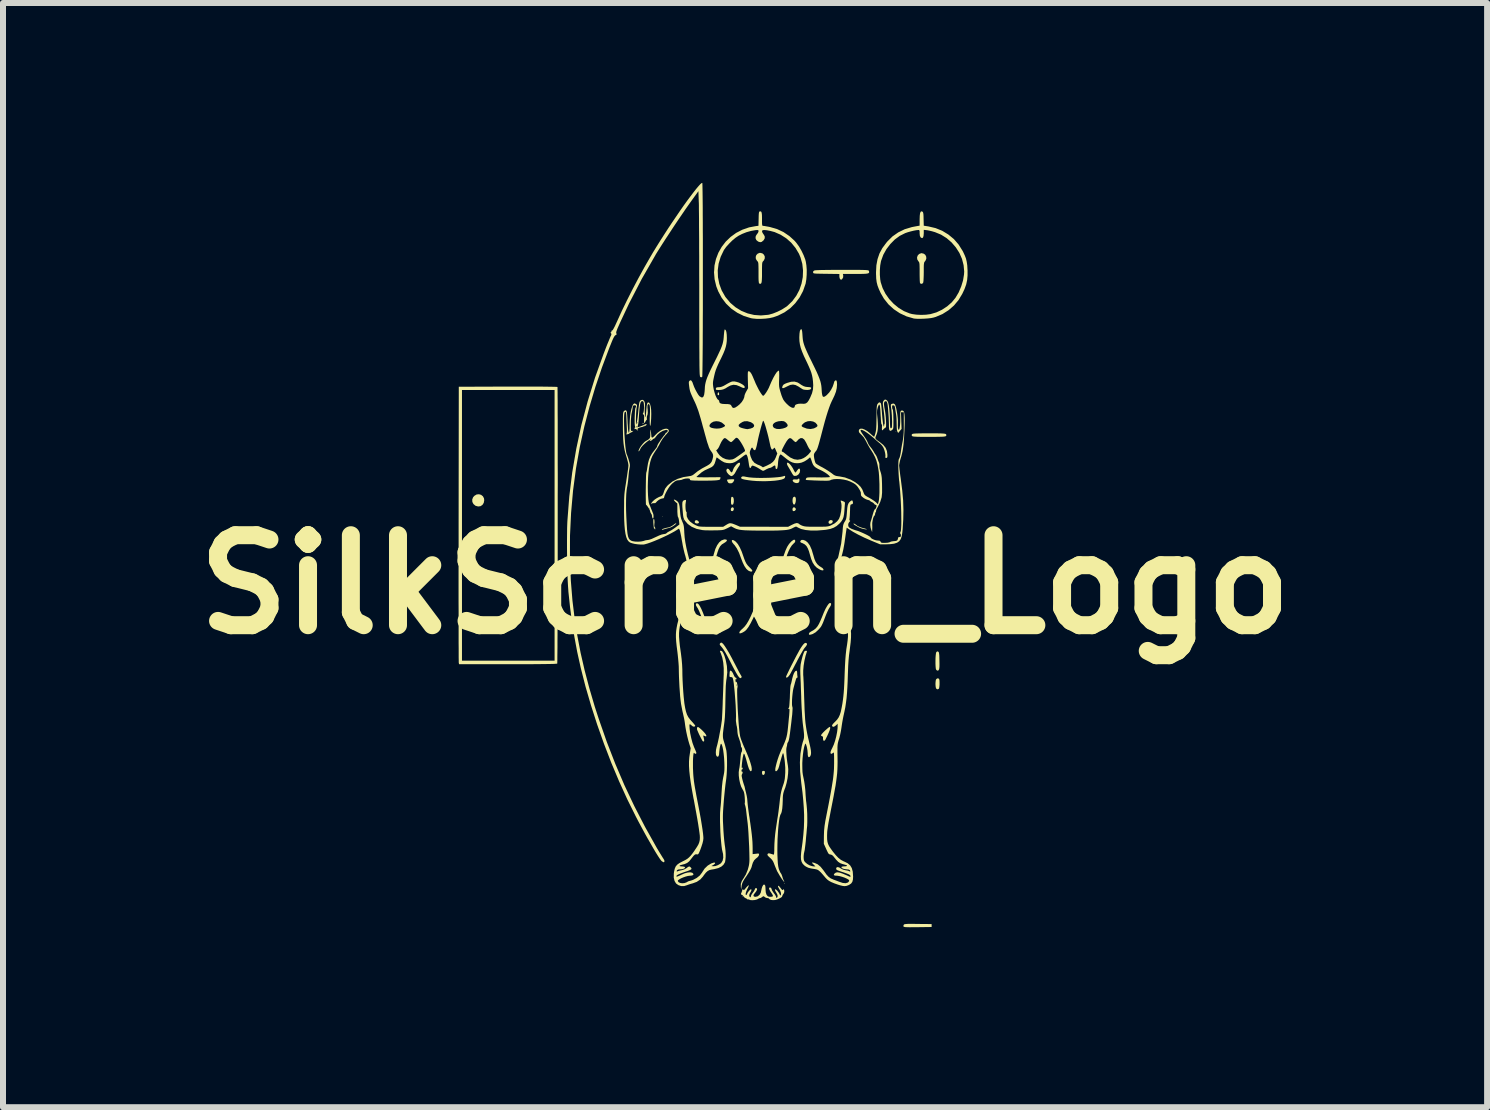
<source format=kicad_pcb>
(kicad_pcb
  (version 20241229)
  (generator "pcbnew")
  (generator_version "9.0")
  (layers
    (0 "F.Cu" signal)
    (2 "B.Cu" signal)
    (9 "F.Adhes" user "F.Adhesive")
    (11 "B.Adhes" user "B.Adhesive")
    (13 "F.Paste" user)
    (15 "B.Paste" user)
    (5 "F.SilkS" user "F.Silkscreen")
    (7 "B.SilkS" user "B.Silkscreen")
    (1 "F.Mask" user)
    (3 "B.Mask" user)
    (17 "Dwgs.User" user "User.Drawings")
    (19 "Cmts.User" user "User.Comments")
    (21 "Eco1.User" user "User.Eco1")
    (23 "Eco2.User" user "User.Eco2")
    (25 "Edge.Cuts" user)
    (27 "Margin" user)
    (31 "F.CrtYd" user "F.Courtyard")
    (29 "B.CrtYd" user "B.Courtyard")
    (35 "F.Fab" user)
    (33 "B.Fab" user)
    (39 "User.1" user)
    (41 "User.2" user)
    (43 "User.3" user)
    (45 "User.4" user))
  (footprint "SilkScreen_Logo"
    (layer "F.Cu")
    (at 9.371 6.695)
    (property "Reference" "SilkScreen_Logo" (at 0 0 0) (layer "F.SilkS") (effects (font (size 1.5 1.5) (thickness 0.3))))
    (attr board_only exclude_from_pos_files exclude_from_bom)
    (fp_poly (pts (xy -1.368 -1.138) (xy -1.373 -1.133) (xy -1.377 -1.138) (xy -1.373 -1.143)) (stroke (width 0) (type solid)) (fill yes) (layer "F.SilkS"))
    (fp_poly (pts (xy -0.039 5.202) (xy -0.044 5.207) (xy -0.049 5.202) (xy -0.044 5.197)) (stroke (width 0) (type solid)) (fill yes) (layer "F.SilkS"))
    (fp_poly (pts (xy 2.52 -2.555) (xy 2.516 -2.55) (xy 2.511 -2.555) (xy 2.516 -2.56)) (stroke (width 0) (type solid)) (fill yes) (layer "F.SilkS"))
    (fp_poly (pts (xy -1.029 -1.081) (xy -1.028 -1.07) (xy -1.029 -1.068) (xy -1.035 -1.069) (xy -1.036 -1.075) (xy -1.032 -1.083)) (stroke (width 0) (type solid)) (fill yes) (layer "F.SilkS"))
    (fp_poly (pts (xy 0.661 4.976) (xy 0.662 4.987) (xy 0.661 4.989) (xy 0.655 4.987) (xy 0.655 4.982) (xy 0.658 4.974)) (stroke (width 0) (type solid)) (fill yes) (layer "F.SilkS"))
    (fp_poly (pts (xy -1.69 -2.689) (xy -1.69 -2.687) (xy -1.698 -2.677) (xy -1.7 -2.677) (xy -1.709 -2.684) (xy -1.71 -2.687) (xy -1.702 -2.696) (xy -1.7 -2.696)) (stroke (width 0) (type solid)) (fill yes) (layer "F.SilkS"))
    (fp_poly (pts (xy -0.436 -3.197) (xy -0.432 -3.18) (xy -0.433 -3.161) (xy -0.445 -3.155) (xy -0.456 -3.162) (xy -0.457 -3.18) (xy -0.452 -3.199) (xy -0.445 -3.205)) (stroke (width 0) (type solid)) (fill yes) (layer "F.SilkS"))
    (fp_poly (pts (xy -0.333 0.068) (xy -0.324 0.087) (xy -0.324 0.096) (xy -0.334 0.118) (xy -0.352 0.126) (xy -0.371 0.121) (xy -0.38 0.109) (xy -0.384 0.091) (xy -0.372 0.074) (xy -0.35 0.063)) (stroke (width 0) (type solid)) (fill yes) (layer "F.SilkS"))
    (fp_poly (pts (xy -0.201 -1.286) (xy -0.188 -1.273) (xy -0.187 -1.253) (xy -0.195 -1.233) (xy -0.211 -1.223) (xy -0.23 -1.227) (xy -0.237 -1.24) (xy -0.236 -1.263) (xy -0.225 -1.281) (xy -0.207 -1.288)) (stroke (width 0) (type solid)) (fill yes) (layer "F.SilkS"))
    (fp_poly (pts (xy 0.987 0.071) (xy 1.001 0.083) (xy 1.005 0.102) (xy 0.999 0.116) (xy 0.981 0.133) (xy 0.961 0.132) (xy 0.948 0.117) (xy 0.941 0.097) (xy 0.948 0.082) (xy 0.968 0.069)) (stroke (width 0) (type solid)) (fill yes) (layer "F.SilkS"))
    (fp_poly (pts (xy 0.327 3.111) (xy 0.332 3.125) (xy 0.328 3.154) (xy 0.316 3.172) (xy 0.3 3.175) (xy 0.29 3.168) (xy 0.285 3.155) (xy 0.283 3.134) (xy 0.286 3.114) (xy 0.299 3.107) (xy 0.308 3.107)) (stroke (width 0) (type solid)) (fill yes) (layer "F.SilkS"))
    (fp_poly (pts (xy 0.826 -1.286) (xy 0.842 -1.272) (xy 0.847 -1.254) (xy 0.844 -1.243) (xy 0.827 -1.227) (xy 0.808 -1.223) (xy 0.798 -1.227) (xy 0.791 -1.245) (xy 0.793 -1.267) (xy 0.803 -1.284) (xy 0.807 -1.286)) (stroke (width 0) (type solid)) (fill yes) (layer "F.SilkS"))
    (fp_poly (pts (xy 1.453 -1.069) (xy 1.462 -1.06) (xy 1.461 -1.04) (xy 1.447 -1.023) (xy 1.427 -1.013) (xy 1.406 -1.014) (xy 1.397 -1.021) (xy 1.391 -1.04) (xy 1.4 -1.06) (xy 1.419 -1.072) (xy 1.432 -1.075)) (stroke (width 0) (type solid)) (fill yes) (layer "F.SilkS"))
    (fp_poly (pts (xy -0.797 -1.07) (xy -0.778 -1.056) (xy -0.768 -1.039) (xy -0.769 -1.03) (xy -0.782 -1.019) (xy -0.804 -1.017) (xy -0.827 -1.024) (xy -0.829 -1.025) (xy -0.839 -1.04) (xy -0.835 -1.059) (xy -0.821 -1.072) (xy -0.817 -1.073)) (stroke (width 0) (type solid)) (fill yes) (layer "F.SilkS"))
    (fp_poly (pts (xy 0.837 -1.459) (xy 0.846 -1.44) (xy 0.848 -1.409) (xy 0.844 -1.375) (xy 0.834 -1.345) (xy 0.822 -1.332) (xy 0.808 -1.337) (xy 0.802 -1.347) (xy 0.794 -1.372) (xy 0.792 -1.404) (xy 0.795 -1.434) (xy 0.803 -1.453) (xy 0.803 -1.454) (xy 0.822 -1.465)) (stroke (width 0) (type solid)) (fill yes) (layer "F.SilkS"))
    (fp_poly (pts (xy -0.185 -1.753) (xy -0.18 -1.747) (xy -0.182 -1.735) (xy -0.182 -1.735) (xy -0.2 -1.703) (xy -0.228 -1.687) (xy -0.265 -1.688) (xy -0.279 -1.697) (xy -0.291 -1.716) (xy -0.299 -1.735) (xy -0.298 -1.747) (xy -0.286 -1.75) (xy -0.26 -1.753) (xy -0.234 -1.754) (xy -0.202 -1.755)) (stroke (width 0) (type solid)) (fill yes) (layer "F.SilkS"))
    (fp_poly (pts (xy -0.209 -1.461) (xy -0.199 -1.455) (xy -0.191 -1.438) (xy -0.187 -1.412) (xy -0.187 -1.381) (xy -0.192 -1.353) (xy -0.2 -1.335) (xy -0.206 -1.331) (xy -0.223 -1.332) (xy -0.228 -1.335) (xy -0.232 -1.349) (xy -0.234 -1.375) (xy -0.234 -1.406) (xy -0.232 -1.435) (xy -0.228 -1.455) (xy -0.224 -1.461)) (stroke (width 0) (type solid)) (fill yes) (layer "F.SilkS"))
    (fp_poly (pts (xy -4.4 -1.495) (xy -4.37 -1.471) (xy -4.352 -1.437) (xy -4.348 -1.405) (xy -4.356 -1.361) (xy -4.378 -1.327) (xy -4.41 -1.306) (xy -4.449 -1.301) (xy -4.491 -1.312) (xy -4.496 -1.315) (xy -4.528 -1.342) (xy -4.546 -1.377) (xy -4.548 -1.417) (xy -4.534 -1.454) (xy -4.512 -1.479) (xy -4.475 -1.501) (xy -4.436 -1.505)) (stroke (width 0) (type solid)) (fill yes) (layer "F.SilkS"))
    (fp_poly (pts (xy 0.906 -1.76) (xy 0.908 -1.741) (xy 0.905 -1.72) (xy 0.898 -1.703) (xy 0.897 -1.702) (xy 0.874 -1.691) (xy 0.845 -1.692) (xy 0.816 -1.704) (xy 0.811 -1.707) (xy 0.795 -1.727) (xy 0.796 -1.743) (xy 0.813 -1.753) (xy 0.84 -1.752) (xy 0.868 -1.751) (xy 0.883 -1.757) (xy 0.883 -1.757) (xy 0.896 -1.768) (xy 0.899 -1.768)) (stroke (width 0) (type solid)) (fill yes) (layer "F.SilkS"))
    (fp_poly (pts (xy 3.236 1.575) (xy 3.237 1.579) (xy 3.242 1.6) (xy 3.243 1.633) (xy 3.243 1.669) (xy 3.24 1.703) (xy 3.236 1.728) (xy 3.232 1.737) (xy 3.211 1.748) (xy 3.192 1.74) (xy 3.185 1.73) (xy 3.179 1.71) (xy 3.176 1.678) (xy 3.175 1.656) (xy 3.177 1.622) (xy 3.181 1.593) (xy 3.185 1.582) (xy 3.201 1.567) (xy 3.22 1.564)) (stroke (width 0) (type solid)) (fill yes) (layer "F.SilkS"))
    (fp_poly (pts (xy 1.828 -1.011) (xy 1.838 -1.004) (xy 1.877 -0.975) (xy 1.93 -0.953) (xy 1.965 -0.942) (xy 1.997 -0.934) (xy 2.021 -0.926) (xy 2.031 -0.922) (xy 2.028 -0.919) (xy 2.011 -0.92) (xy 1.982 -0.925) (xy 1.945 -0.934) (xy 1.945 -0.934) (xy 1.918 -0.944) (xy 1.886 -0.959) (xy 1.854 -0.977) (xy 1.827 -0.993) (xy 1.811 -1.007) (xy 1.807 -1.013) (xy 1.814 -1.016)) (stroke (width 0) (type solid)) (fill yes) (layer "F.SilkS"))
    (fp_poly (pts (xy 2.818 5.658) (xy 2.886 5.659) (xy 3.111 5.661) (xy 3.111 5.686) (xy 3.111 5.71) (xy 2.879 5.713) (xy 2.805 5.713) (xy 2.748 5.714) (xy 2.706 5.713) (xy 2.676 5.712) (xy 2.658 5.709) (xy 2.647 5.706) (xy 2.642 5.702) (xy 2.641 5.7) (xy 2.642 5.681) (xy 2.648 5.671) (xy 2.654 5.666) (xy 2.666 5.662) (xy 2.687 5.66) (xy 2.717 5.658) (xy 2.76 5.658)) (stroke (width 0) (type solid)) (fill yes) (layer "F.SilkS"))
    (fp_poly (pts (xy -1.149 -1.014) (xy -1.164 -0.998) (xy -1.188 -0.981) (xy -1.214 -0.964) (xy -1.24 -0.952) (xy -1.25 -0.948) (xy -1.299 -0.935) (xy -1.339 -0.924) (xy -1.367 -0.915) (xy -1.375 -0.912) (xy -1.386 -0.913) (xy -1.387 -0.916) (xy -1.378 -0.924) (xy -1.352 -0.934) (xy -1.312 -0.945) (xy -1.272 -0.953) (xy -1.246 -0.962) (xy -1.214 -0.98) (xy -1.195 -0.993) (xy -1.171 -1.011) (xy -1.153 -1.021) (xy -1.147 -1.023)) (stroke (width 0) (type solid)) (fill yes) (layer "F.SilkS"))
    (fp_poly (pts (xy -1.513 -1.083) (xy -1.51 -1.061) (xy -1.509 -1.033) (xy -1.511 -1.017) (xy -1.513 -0.981) (xy -1.509 -0.962) (xy -1.505 -0.958) (xy -1.497 -0.943) (xy -1.497 -0.927) (xy -1.501 -0.913) (xy -1.503 -0.917) (xy -1.503 -0.923) (xy -1.506 -0.936) (xy -1.513 -0.93) (xy -1.513 -0.929) (xy -1.517 -0.932) (xy -1.521 -0.95) (xy -1.524 -0.978) (xy -1.527 -1.01) (xy -1.529 -1.042) (xy -1.529 -1.069) (xy -1.527 -1.086) (xy -1.526 -1.088) (xy -1.519 -1.093)) (stroke (width 0) (type solid)) (fill yes) (layer "F.SilkS"))
    (fp_poly (pts (xy 1.42 2.384) (xy 1.419 2.402) (xy 1.411 2.43) (xy 1.395 2.47) (xy 1.371 2.523) (xy 1.339 2.588) (xy 1.325 2.604) (xy 1.311 2.605) (xy 1.304 2.596) (xy 1.3 2.574) (xy 1.3 2.568) (xy 1.3 2.541) (xy 1.29 2.531) (xy 1.286 2.53) (xy 1.271 2.522) (xy 1.267 2.516) (xy 1.271 2.505) (xy 1.287 2.484) (xy 1.31 2.459) (xy 1.338 2.432) (xy 1.366 2.407) (xy 1.39 2.387) (xy 1.408 2.375) (xy 1.415 2.374)) (stroke (width 0) (type solid)) (fill yes) (layer "F.SilkS"))
    (fp_poly (pts (xy 3.219 1.118) (xy 3.221 1.12) (xy 3.228 1.126) (xy 3.233 1.137) (xy 3.236 1.157) (xy 3.239 1.187) (xy 3.24 1.232) (xy 3.241 1.27) (xy 3.242 1.331) (xy 3.241 1.376) (xy 3.237 1.406) (xy 3.23 1.425) (xy 3.221 1.434) (xy 3.208 1.436) (xy 3.194 1.428) (xy 3.185 1.417) (xy 3.18 1.397) (xy 3.177 1.363) (xy 3.175 1.32) (xy 3.175 1.272) (xy 3.176 1.224) (xy 3.179 1.181) (xy 3.183 1.148) (xy 3.188 1.129) (xy 3.189 1.128) (xy 3.203 1.115)) (stroke (width 0) (type solid)) (fill yes) (layer "F.SilkS"))
    (fp_poly (pts (xy -0.777 2.378) (xy -0.754 2.395) (xy -0.72 2.425) (xy -0.715 2.43) (xy -0.681 2.465) (xy -0.657 2.495) (xy -0.645 2.517) (xy -0.645 2.529) (xy -0.657 2.532) (xy -0.682 2.521) (xy -0.683 2.521) (xy -0.693 2.517) (xy -0.696 2.522) (xy -0.693 2.54) (xy -0.688 2.558) (xy -0.681 2.592) (xy -0.682 2.611) (xy -0.69 2.618) (xy -0.694 2.618) (xy -0.706 2.611) (xy -0.707 2.611) (xy -0.725 2.578) (xy -0.745 2.539) (xy -0.765 2.499) (xy -0.782 2.461) (xy -0.795 2.431) (xy -0.801 2.412) (xy -0.801 2.41) (xy -0.799 2.386) (xy -0.792 2.376)) (stroke (width 0) (type solid)) (fill yes) (layer "F.SilkS"))
    (fp_poly (pts (xy 0.728 -2.024) (xy 0.75 -2.004) (xy 0.773 -1.975) (xy 0.795 -1.942) (xy 0.808 -1.917) (xy 0.822 -1.89) (xy 0.834 -1.871) (xy 0.84 -1.866) (xy 0.849 -1.874) (xy 0.864 -1.893) (xy 0.868 -1.9) (xy 0.888 -1.926) (xy 0.904 -1.934) (xy 0.914 -1.925) (xy 0.918 -1.899) (xy 0.911 -1.864) (xy 0.89 -1.834) (xy 0.862 -1.815) (xy 0.83 -1.81) (xy 0.813 -1.814) (xy 0.802 -1.825) (xy 0.787 -1.848) (xy 0.775 -1.869) (xy 0.754 -1.907) (xy 0.731 -1.946) (xy 0.721 -1.962) (xy 0.704 -1.993) (xy 0.698 -2.016) (xy 0.704 -2.03) (xy 0.712 -2.032)) (stroke (width 0) (type solid)) (fill yes) (layer "F.SilkS"))
    (fp_poly (pts (xy -0.174 -0.729) (xy -0.153 -0.713) (xy -0.12 -0.675) (xy -0.087 -0.619) (xy -0.055 -0.548) (xy -0.034 -0.488) (xy -0.013 -0.428) (xy 0.006 -0.381) (xy 0.025 -0.345) (xy 0.047 -0.316) (xy 0.074 -0.288) (xy 0.08 -0.282) (xy 0.109 -0.252) (xy 0.122 -0.231) (xy 0.117 -0.218) (xy 0.1 -0.215) (xy 0.081 -0.22) (xy 0.055 -0.232) (xy 0.052 -0.234) (xy 0.022 -0.261) (xy -0.009 -0.306) (xy -0.038 -0.365) (xy -0.065 -0.435) (xy -0.099 -0.527) (xy -0.136 -0.601) (xy -0.175 -0.658) (xy -0.188 -0.671) (xy -0.212 -0.702) (xy -0.221 -0.726) (xy -0.217 -0.74) (xy -0.2 -0.742)) (stroke (width 0) (type solid)) (fill yes) (layer "F.SilkS"))
    (fp_poly (pts (xy -0.084 -2.025) (xy -0.083 -2.007) (xy -0.093 -1.982) (xy -0.101 -1.971) (xy -0.12 -1.942) (xy -0.141 -1.907) (xy -0.147 -1.895) (xy -0.173 -1.849) (xy -0.2 -1.819) (xy -0.225 -1.807) (xy -0.228 -1.807) (xy -0.245 -1.814) (xy -0.268 -1.831) (xy -0.28 -1.843) (xy -0.303 -1.872) (xy -0.311 -1.897) (xy -0.311 -1.904) (xy -0.303 -1.926) (xy -0.288 -1.932) (xy -0.269 -1.922) (xy -0.253 -1.9) (xy -0.238 -1.879) (xy -0.224 -1.869) (xy -0.221 -1.869) (xy -0.212 -1.88) (xy -0.202 -1.903) (xy -0.198 -1.917) (xy -0.185 -1.946) (xy -0.164 -1.976) (xy -0.14 -2.004) (xy -0.116 -2.024) (xy -0.097 -2.032)) (stroke (width 0) (type solid)) (fill yes) (layer "F.SilkS"))
    (fp_poly (pts (xy 0.835 -0.737) (xy 0.838 -0.726) (xy 0.832 -0.705) (xy 0.807 -0.68) (xy 0.781 -0.653) (xy 0.753 -0.61) (xy 0.727 -0.558) (xy 0.703 -0.498) (xy 0.689 -0.454) (xy 0.665 -0.388) (xy 0.634 -0.326) (xy 0.599 -0.274) (xy 0.575 -0.249) (xy 0.547 -0.229) (xy 0.521 -0.217) (xy 0.5 -0.215) (xy 0.489 -0.224) (xy 0.488 -0.229) (xy 0.496 -0.242) (xy 0.514 -0.262) (xy 0.528 -0.274) (xy 0.558 -0.302) (xy 0.583 -0.335) (xy 0.607 -0.379) (xy 0.63 -0.436) (xy 0.649 -0.494) (xy 0.676 -0.569) (xy 0.703 -0.628) (xy 0.733 -0.675) (xy 0.768 -0.714) (xy 0.776 -0.721) (xy 0.805 -0.743) (xy 0.824 -0.748)) (stroke (width 0) (type solid)) (fill yes) (layer "F.SilkS"))
    (fp_poly (pts (xy 0.243 0.292) (xy 0.252 0.306) (xy 0.251 0.327) (xy 0.239 0.346) (xy 0.229 0.361) (xy 0.214 0.389) (xy 0.196 0.428) (xy 0.175 0.474) (xy 0.171 0.485) (xy 0.131 0.572) (xy 0.093 0.647) (xy 0.058 0.707) (xy 0.026 0.75) (xy 0.013 0.764) (xy -0.011 0.783) (xy -0.04 0.8) (xy -0.066 0.811) (xy -0.086 0.815) (xy -0.092 0.812) (xy -0.095 0.798) (xy -0.085 0.779) (xy -0.062 0.754) (xy -0.035 0.73) (xy -0.004 0.698) (xy 0.027 0.657) (xy 0.059 0.603) (xy 0.093 0.536) (xy 0.13 0.452) (xy 0.146 0.413) (xy 0.165 0.371) (xy 0.182 0.335) (xy 0.197 0.309) (xy 0.205 0.298) (xy 0.226 0.288)) (stroke (width 0) (type solid)) (fill yes) (layer "F.SilkS"))
    (fp_poly (pts (xy 0.406 0.293) (xy 0.419 0.307) (xy 0.434 0.334) (xy 0.452 0.375) (xy 0.469 0.417) (xy 0.503 0.5) (xy 0.534 0.567) (xy 0.562 0.621) (xy 0.591 0.665) (xy 0.621 0.702) (xy 0.651 0.732) (xy 0.679 0.759) (xy 0.701 0.782) (xy 0.712 0.797) (xy 0.713 0.8) (xy 0.705 0.808) (xy 0.686 0.81) (xy 0.662 0.805) (xy 0.65 0.8) (xy 0.612 0.774) (xy 0.577 0.737) (xy 0.542 0.689) (xy 0.506 0.626) (xy 0.469 0.547) (xy 0.44 0.479) (xy 0.42 0.433) (xy 0.402 0.392) (xy 0.387 0.361) (xy 0.377 0.343) (xy 0.376 0.342) (xy 0.363 0.32) (xy 0.368 0.302) (xy 0.38 0.293) (xy 0.394 0.289)) (stroke (width 0) (type solid)) (fill yes) (layer "F.SilkS"))
    (fp_poly (pts (xy 0.873 -3.37) (xy 0.898 -3.356) (xy 0.942 -3.326) (xy 0.977 -3.307) (xy 1.007 -3.297) (xy 1.038 -3.293) (xy 1.053 -3.292) (xy 1.087 -3.289) (xy 1.103 -3.281) (xy 1.101 -3.266) (xy 1.092 -3.255) (xy 1.075 -3.248) (xy 1.045 -3.244) (xy 1.012 -3.245) (xy 0.981 -3.249) (xy 0.962 -3.255) (xy 0.944 -3.266) (xy 0.916 -3.284) (xy 0.892 -3.3) (xy 0.844 -3.325) (xy 0.8 -3.334) (xy 0.753 -3.327) (xy 0.702 -3.303) (xy 0.66 -3.282) (xy 0.634 -3.273) (xy 0.62 -3.277) (xy 0.621 -3.293) (xy 0.621 -3.295) (xy 0.63 -3.317) (xy 0.644 -3.334) (xy 0.669 -3.348) (xy 0.702 -3.361) (xy 0.768 -3.38) (xy 0.824 -3.383)) (stroke (width 0) (type solid)) (fill yes) (layer "F.SilkS"))
    (fp_poly (pts (xy 1.003 -0.732) (xy 1.007 -0.73) (xy 1.046 -0.699) (xy 1.081 -0.65) (xy 1.111 -0.582) (xy 1.137 -0.496) (xy 1.138 -0.493) (xy 1.157 -0.427) (xy 1.179 -0.376) (xy 1.206 -0.338) (xy 1.239 -0.308) (xy 1.26 -0.295) (xy 1.292 -0.274) (xy 1.307 -0.254) (xy 1.308 -0.24) (xy 1.295 -0.235) (xy 1.268 -0.24) (xy 1.246 -0.25) (xy 1.197 -0.28) (xy 1.159 -0.318) (xy 1.128 -0.365) (xy 1.103 -0.426) (xy 1.085 -0.487) (xy 1.066 -0.554) (xy 1.046 -0.604) (xy 1.024 -0.642) (xy 0.997 -0.668) (xy 0.963 -0.687) (xy 0.935 -0.698) (xy 0.921 -0.709) (xy 0.923 -0.725) (xy 0.937 -0.74) (xy 0.944 -0.743) (xy 0.969 -0.744)) (stroke (width 0) (type solid)) (fill yes) (layer "F.SilkS"))
    (fp_poly (pts (xy -0.143 -3.379) (xy -0.104 -3.367) (xy -0.068 -3.35) (xy -0.036 -3.331) (xy -0.014 -3.312) (xy -0.004 -3.294) (xy -0.008 -3.28) (xy -0.018 -3.276) (xy -0.036 -3.279) (xy -0.065 -3.291) (xy -0.084 -3.301) (xy -0.141 -3.324) (xy -0.192 -3.33) (xy -0.24 -3.319) (xy -0.284 -3.296) (xy -0.328 -3.269) (xy -0.364 -3.253) (xy -0.4 -3.245) (xy -0.436 -3.243) (xy -0.467 -3.244) (xy -0.482 -3.247) (xy -0.487 -3.255) (xy -0.487 -3.265) (xy -0.481 -3.28) (xy -0.467 -3.287) (xy -0.445 -3.289) (xy -0.415 -3.291) (xy -0.388 -3.298) (xy -0.358 -3.311) (xy -0.319 -3.333) (xy -0.299 -3.345) (xy -0.264 -3.364) (xy -0.232 -3.379) (xy -0.211 -3.385) (xy -0.179 -3.386)) (stroke (width 0) (type solid)) (fill yes) (layer "F.SilkS"))
    (fp_poly (pts (xy 0.67 -1.801) (xy 0.665 -1.782) (xy 0.661 -1.774) (xy 0.642 -1.761) (xy 0.607 -1.749) (xy 0.557 -1.739) (xy 0.497 -1.731) (xy 0.428 -1.726) (xy 0.353 -1.723) (xy 0.275 -1.723) (xy 0.197 -1.725) (xy 0.121 -1.731) (xy 0.056 -1.739) (xy 0.000227 -1.748) (xy -0.038 -1.757) (xy -0.06 -1.767) (xy -0.066 -1.778) (xy -0.06 -1.791) (xy -0.058 -1.793) (xy -0.048 -1.8) (xy -0.035 -1.803) (xy -0.013 -1.801) (xy 0.022 -1.794) (xy 0.028 -1.793) (xy 0.072 -1.786) (xy 0.129 -1.781) (xy 0.195 -1.778) (xy 0.267 -1.777) (xy 0.341 -1.778) (xy 0.414 -1.78) (xy 0.484 -1.784) (xy 0.545 -1.789) (xy 0.596 -1.795) (xy 0.633 -1.803) (xy 0.647 -1.808) (xy 0.664 -1.812)) (stroke (width 0) (type solid)) (fill yes) (layer "F.SilkS"))
    (fp_poly (pts (xy 1.436 0.324) (xy 1.43 0.35) (xy 1.409 0.385) (xy 1.408 0.386) (xy 1.393 0.411) (xy 1.375 0.449) (xy 1.355 0.494) (xy 1.338 0.537) (xy 1.316 0.595) (xy 1.299 0.639) (xy 1.284 0.671) (xy 1.271 0.696) (xy 1.256 0.717) (xy 1.238 0.738) (xy 1.229 0.748) (xy 1.178 0.796) (xy 1.129 0.825) (xy 1.097 0.835) (xy 1.075 0.838) (xy 1.066 0.833) (xy 1.065 0.822) (xy 1.073 0.803) (xy 1.099 0.785) (xy 1.106 0.781) (xy 1.146 0.758) (xy 1.179 0.732) (xy 1.207 0.699) (xy 1.233 0.656) (xy 1.259 0.6) (xy 1.285 0.538) (xy 1.314 0.466) (xy 1.342 0.405) (xy 1.369 0.358) (xy 1.392 0.325) (xy 1.412 0.308) (xy 1.426 0.308)) (stroke (width 0) (type solid)) (fill yes) (layer "F.SilkS"))
    (fp_poly (pts (xy 3.149 -2.52) (xy 3.214 -2.52) (xy 3.263 -2.519) (xy 3.298 -2.517) (xy 3.323 -2.515) (xy 3.339 -2.512) (xy 3.348 -2.508) (xy 3.351 -2.506) (xy 3.358 -2.49) (xy 3.351 -2.477) (xy 3.345 -2.472) (xy 3.333 -2.469) (xy 3.313 -2.466) (xy 3.283 -2.464) (xy 3.242 -2.463) (xy 3.186 -2.462) (xy 3.114 -2.462) (xy 3.068 -2.462) (xy 2.986 -2.462) (xy 2.922 -2.462) (xy 2.872 -2.463) (xy 2.837 -2.465) (xy 2.812 -2.467) (xy 2.796 -2.47) (xy 2.787 -2.474) (xy 2.784 -2.477) (xy 2.777 -2.492) (xy 2.784 -2.506) (xy 2.79 -2.51) (xy 2.802 -2.514) (xy 2.822 -2.516) (xy 2.852 -2.518) (xy 2.893 -2.519) (xy 2.949 -2.52) (xy 3.021 -2.52) (xy 3.068 -2.52)) (stroke (width 0) (type solid)) (fill yes) (layer "F.SilkS"))
    (fp_poly (pts (xy -0.31 -0.748) (xy -0.301 -0.737) (xy -0.309 -0.721) (xy -0.332 -0.702) (xy -0.349 -0.692) (xy -0.387 -0.668) (xy -0.416 -0.636) (xy -0.44 -0.591) (xy -0.46 -0.533) (xy -0.478 -0.472) (xy -0.492 -0.426) (xy -0.504 -0.392) (xy -0.514 -0.367) (xy -0.525 -0.347) (xy -0.538 -0.33) (xy -0.548 -0.318) (xy -0.575 -0.293) (xy -0.608 -0.269) (xy -0.642 -0.249) (xy -0.671 -0.236) (xy -0.683 -0.234) (xy -0.693 -0.242) (xy -0.697 -0.25) (xy -0.694 -0.265) (xy -0.673 -0.281) (xy -0.626 -0.311) (xy -0.59 -0.345) (xy -0.561 -0.386) (xy -0.539 -0.439) (xy -0.52 -0.508) (xy -0.518 -0.515) (xy -0.495 -0.592) (xy -0.465 -0.655) (xy -0.43 -0.704) (xy -0.391 -0.736) (xy -0.349 -0.751) (xy -0.336 -0.752)) (stroke (width 0) (type solid)) (fill yes) (layer "F.SilkS"))
    (fp_poly (pts (xy 1.017 0.974) (xy 1.032 0.984) (xy 1.033 1.001) (xy 1.018 1.027) (xy 0.998 1.051) (xy 0.982 1.072) (xy 0.96 1.108) (xy 0.933 1.155) (xy 0.903 1.209) (xy 0.872 1.267) (xy 0.865 1.282) (xy 0.834 1.34) (xy 0.805 1.396) (xy 0.779 1.444) (xy 0.758 1.483) (xy 0.743 1.508) (xy 0.74 1.512) (xy 0.719 1.538) (xy 0.701 1.551) (xy 0.688 1.552) (xy 0.684 1.539) (xy 0.688 1.526) (xy 0.7 1.499) (xy 0.719 1.46) (xy 0.742 1.412) (xy 0.769 1.358) (xy 0.798 1.302) (xy 0.827 1.245) (xy 0.855 1.191) (xy 0.882 1.142) (xy 0.904 1.101) (xy 0.921 1.072) (xy 0.924 1.067) (xy 0.953 1.023) (xy 0.976 0.994) (xy 0.994 0.978) (xy 1.01 0.973)) (stroke (width 0) (type solid)) (fill yes) (layer "F.SilkS"))
    (fp_poly (pts (xy -0.385 0.972) (xy -0.384 0.973) (xy -0.364 0.991) (xy -0.338 1.026) (xy -0.305 1.077) (xy -0.266 1.142) (xy -0.223 1.221) (xy -0.18 1.304) (xy -0.15 1.361) (xy -0.123 1.413) (xy -0.1 1.458) (xy -0.081 1.492) (xy -0.069 1.512) (xy -0.067 1.515) (xy -0.056 1.536) (xy -0.059 1.55) (xy -0.061 1.552) (xy -0.073 1.561) (xy -0.085 1.559) (xy -0.1 1.545) (xy -0.118 1.522) (xy -0.131 1.5) (xy -0.152 1.465) (xy -0.177 1.419) (xy -0.206 1.365) (xy -0.236 1.306) (xy -0.245 1.288) (xy -0.289 1.203) (xy -0.327 1.134) (xy -0.359 1.083) (xy -0.384 1.049) (xy -0.385 1.048) (xy -0.408 1.021) (xy -0.42 1.004) (xy -0.422 0.992) (xy -0.416 0.981) (xy -0.415 0.981) (xy -0.401 0.968)) (stroke (width 0) (type solid)) (fill yes) (layer "F.SilkS"))
    (fp_poly (pts (xy -0.786 0.318) (xy -0.769 0.335) (xy -0.75 0.365) (xy -0.727 0.41) (xy -0.701 0.471) (xy -0.679 0.528) (xy -0.653 0.594) (xy -0.631 0.645) (xy -0.612 0.684) (xy -0.593 0.712) (xy -0.574 0.733) (xy -0.551 0.75) (xy -0.523 0.765) (xy -0.513 0.77) (xy -0.477 0.789) (xy -0.457 0.804) (xy -0.451 0.816) (xy -0.451 0.818) (xy -0.459 0.833) (xy -0.477 0.836) (xy -0.506 0.829) (xy -0.537 0.815) (xy -0.572 0.798) (xy -0.6 0.779) (xy -0.624 0.757) (xy -0.645 0.729) (xy -0.665 0.692) (xy -0.687 0.643) (xy -0.712 0.579) (xy -0.723 0.548) (xy -0.743 0.497) (xy -0.762 0.45) (xy -0.78 0.412) (xy -0.794 0.387) (xy -0.798 0.381) (xy -0.815 0.354) (xy -0.82 0.331) (xy -0.813 0.316) (xy -0.801 0.313)) (stroke (width 0) (type solid)) (fill yes) (layer "F.SilkS"))
    (fp_poly (pts (xy 2.981 -5.515) (xy 3.007 -5.494) (xy 3.021 -5.464) (xy 3.022 -5.43) (xy 3.007 -5.397) (xy 3.001 -5.39) (xy 2.993 -5.38) (xy 2.987 -5.369) (xy 2.984 -5.353) (xy 2.981 -5.329) (xy 2.98 -5.294) (xy 2.98 -5.244) (xy 2.98 -5.208) (xy 2.979 -5.15) (xy 2.977 -5.1) (xy 2.975 -5.061) (xy 2.971 -5.036) (xy 2.97 -5.031) (xy 2.954 -5.015) (xy 2.934 -5.013) (xy 2.919 -5.023) (xy 2.917 -5.027) (xy 2.915 -5.042) (xy 2.913 -5.072) (xy 2.912 -5.115) (xy 2.911 -5.166) (xy 2.911 -5.205) (xy 2.911 -5.265) (xy 2.91 -5.309) (xy 2.909 -5.339) (xy 2.906 -5.36) (xy 2.902 -5.374) (xy 2.895 -5.384) (xy 2.89 -5.39) (xy 2.871 -5.421) (xy 2.868 -5.455) (xy 2.88 -5.487) (xy 2.903 -5.511) (xy 2.936 -5.523) (xy 2.945 -5.524)) (stroke (width 0) (type solid)) (fill yes) (layer "F.SilkS"))
    (fp_poly (pts (xy 0.289 -5.521) (xy 0.314 -5.5) (xy 0.329 -5.47) (xy 0.329 -5.437) (xy 0.315 -5.405) (xy 0.308 -5.397) (xy 0.299 -5.387) (xy 0.292 -5.377) (xy 0.288 -5.364) (xy 0.285 -5.344) (xy 0.284 -5.314) (xy 0.283 -5.271) (xy 0.283 -5.211) (xy 0.283 -5.204) (xy 0.283 -5.136) (xy 0.281 -5.085) (xy 0.278 -5.05) (xy 0.273 -5.027) (xy 0.265 -5.016) (xy 0.253 -5.013) (xy 0.238 -5.018) (xy 0.237 -5.018) (xy 0.232 -5.025) (xy 0.229 -5.044) (xy 0.226 -5.076) (xy 0.225 -5.124) (xy 0.225 -5.189) (xy 0.225 -5.198) (xy 0.225 -5.26) (xy 0.224 -5.306) (xy 0.223 -5.338) (xy 0.221 -5.36) (xy 0.217 -5.375) (xy 0.211 -5.385) (xy 0.203 -5.394) (xy 0.2 -5.397) (xy 0.181 -5.427) (xy 0.178 -5.461) (xy 0.188 -5.492) (xy 0.211 -5.516) (xy 0.243 -5.529) (xy 0.254 -5.529)) (stroke (width 0) (type solid)) (fill yes) (layer "F.SilkS"))
    (fp_poly (pts (xy 1.726 -5.246) (xy 1.812 -5.246) (xy 1.882 -5.246) (xy 1.937 -5.245) (xy 1.98 -5.244) (xy 2.012 -5.243) (xy 2.034 -5.241) (xy 2.049 -5.239) (xy 2.058 -5.236) (xy 2.063 -5.233) (xy 2.066 -5.228) (xy 2.066 -5.226) (xy 2.07 -5.211) (xy 2.068 -5.2) (xy 2.06 -5.191) (xy 2.042 -5.185) (xy 2.013 -5.181) (xy 1.97 -5.179) (xy 1.912 -5.178) (xy 1.84 -5.178) (xy 1.631 -5.178) (xy 1.637 -5.153) (xy 1.636 -5.122) (xy 1.627 -5.104) (xy 1.612 -5.085) (xy 1.598 -5.082) (xy 1.585 -5.092) (xy 1.577 -5.109) (xy 1.573 -5.135) (xy 1.573 -5.14) (xy 1.573 -5.177) (xy 1.355 -5.18) (xy 1.285 -5.181) (xy 1.232 -5.182) (xy 1.193 -5.183) (xy 1.167 -5.185) (xy 1.15 -5.187) (xy 1.141 -5.191) (xy 1.137 -5.196) (xy 1.135 -5.203) (xy 1.135 -5.205) (xy 1.138 -5.224) (xy 1.157 -5.236) (xy 1.158 -5.236) (xy 1.174 -5.239) (xy 1.208 -5.241) (xy 1.26 -5.243) (xy 1.327 -5.244) (xy 1.409 -5.245) (xy 1.505 -5.246) (xy 1.612 -5.246) (xy 1.622 -5.246)) (stroke (width 0) (type solid)) (fill yes) (layer "F.SilkS"))
    (fp_poly (pts (xy -3.565 -3.3) (xy -3.458 -3.3) (xy -3.364 -3.299) (xy -3.284 -3.298) (xy -3.22 -3.297) (xy -3.171 -3.296) (xy -3.14 -3.295) (xy -3.127 -3.293) (xy -3.127 -3.293) (xy -3.126 -3.283) (xy -3.126 -3.254) (xy -3.125 -3.207) (xy -3.125 -3.144) (xy -3.124 -3.066) (xy -3.124 -2.973) (xy -3.124 -2.867) (xy -3.123 -2.749) (xy -3.123 -2.619) (xy -3.123 -2.48) (xy -3.123 -2.331) (xy -3.123 -2.175) (xy -3.123 -2.011) (xy -3.122 -1.841) (xy -3.122 -1.666) (xy -3.123 -1.488) (xy -3.123 -1.307) (xy -3.123 -1.123) (xy -3.123 -0.939) (xy -3.123 -0.756) (xy -3.123 -0.573) (xy -3.123 -0.393) (xy -3.124 -0.216) (xy -3.124 -0.044) (xy -3.124 0.122) (xy -3.125 0.283) (xy -3.125 0.435) (xy -3.126 0.579) (xy -3.126 0.714) (xy -3.126 0.837) (xy -3.127 0.949) (xy -3.127 1.048) (xy -3.128 1.133) (xy -3.129 1.204) (xy -3.129 1.258) (xy -3.13 1.296) (xy -3.13 1.315) (xy -3.131 1.318) (xy -3.139 1.32) (xy -3.163 1.322) (xy -3.203 1.324) (xy -3.259 1.325) (xy -3.331 1.326) (xy -3.421 1.327) (xy -3.528 1.328) (xy -3.653 1.328) (xy -3.797 1.329) (xy -3.952 1.329) (xy -4.767 1.329) (xy -4.772 1.307) (xy -4.773 1.295) (xy -4.773 1.265) (xy -4.774 1.216) (xy -4.774 1.151) (xy -4.774 1.07) (xy -4.775 0.974) (xy -4.775 0.863) (xy -4.775 0.739) (xy -4.775 0.602) (xy -4.775 0.453) (xy -4.776 0.294) (xy -4.776 0.125) (xy -4.776 -0.054) (xy -4.776 -0.241) (xy -4.775 -0.435) (xy -4.775 -0.636) (xy -4.775 -0.843) (xy -4.775 -0.987) (xy -4.719 -0.987) (xy -4.719 1.27) (xy -3.947 1.27) (xy -3.175 1.27) (xy -3.175 -0.987) (xy -3.175 -3.243) (xy -3.947 -3.243) (xy -4.719 -3.243) (xy -4.719 -0.987) (xy -4.775 -0.987) (xy -4.775 -1.006) (xy -4.772 -3.297) (xy -3.952 -3.3) (xy -3.813 -3.3) (xy -3.684 -3.3)) (stroke (width 0) (type solid)) (fill yes) (layer "F.SilkS"))
    (fp_poly (pts (xy 2.957 -6.217) (xy 2.965 -6.21) (xy 2.97 -6.197) (xy 2.974 -6.174) (xy 2.976 -6.139) (xy 2.977 -6.094) (xy 2.98 -5.982) (xy 3.058 -5.97) (xy 3.177 -5.942) (xy 3.288 -5.897) (xy 3.39 -5.835) (xy 3.482 -5.759) (xy 3.561 -5.668) (xy 3.627 -5.563) (xy 3.637 -5.544) (xy 3.664 -5.486) (xy 3.684 -5.434) (xy 3.696 -5.381) (xy 3.705 -5.322) (xy 3.709 -5.251) (xy 3.71 -5.241) (xy 3.71 -5.152) (xy 3.703 -5.075) (xy 3.687 -5.002) (xy 3.66 -4.927) (xy 3.623 -4.848) (xy 3.56 -4.743) (xy 3.483 -4.651) (xy 3.393 -4.573) (xy 3.292 -4.509) (xy 3.181 -4.462) (xy 3.14 -4.45) (xy 3.1 -4.442) (xy 3.048 -4.436) (xy 2.989 -4.432) (xy 2.929 -4.43) (xy 2.874 -4.43) (xy 2.83 -4.433) (xy 2.814 -4.435) (xy 2.694 -4.47) (xy 2.582 -4.522) (xy 2.481 -4.589) (xy 2.392 -4.67) (xy 2.316 -4.765) (xy 2.261 -4.86) (xy 2.231 -4.926) (xy 2.209 -4.984) (xy 2.195 -5.04) (xy 2.187 -5.1) (xy 2.185 -5.163) (xy 2.248 -5.163) (xy 2.254 -5.088) (xy 2.262 -5.041) (xy 2.294 -4.942) (xy 2.342 -4.847) (xy 2.404 -4.759) (xy 2.478 -4.68) (xy 2.561 -4.612) (xy 2.65 -4.558) (xy 2.744 -4.52) (xy 2.786 -4.509) (xy 2.856 -4.499) (xy 2.936 -4.495) (xy 3.017 -4.498) (xy 3.091 -4.508) (xy 3.095 -4.509) (xy 3.191 -4.537) (xy 3.284 -4.581) (xy 3.371 -4.638) (xy 3.447 -4.705) (xy 3.508 -4.779) (xy 3.562 -4.87) (xy 3.604 -4.969) (xy 3.635 -5.07) (xy 3.651 -5.169) (xy 3.654 -5.219) (xy 3.644 -5.325) (xy 3.617 -5.429) (xy 3.574 -5.528) (xy 3.515 -5.62) (xy 3.444 -5.703) (xy 3.361 -5.775) (xy 3.268 -5.833) (xy 3.166 -5.875) (xy 3.162 -5.876) (xy 3.118 -5.889) (xy 3.072 -5.9) (xy 3.035 -5.907) (xy 3.033 -5.907) (xy 2.98 -5.913) (xy 2.98 -5.855) (xy 2.976 -5.811) (xy 2.967 -5.784) (xy 2.952 -5.775) (xy 2.933 -5.783) (xy 2.927 -5.789) (xy 2.915 -5.813) (xy 2.911 -5.854) (xy 2.911 -5.857) (xy 2.911 -5.888) (xy 2.907 -5.904) (xy 2.899 -5.91) (xy 2.886 -5.91) (xy 2.855 -5.907) (xy 2.812 -5.899) (xy 2.763 -5.887) (xy 2.713 -5.873) (xy 2.67 -5.858) (xy 2.668 -5.857) (xy 2.58 -5.813) (xy 2.497 -5.752) (xy 2.423 -5.677) (xy 2.358 -5.592) (xy 2.306 -5.499) (xy 2.27 -5.401) (xy 2.266 -5.387) (xy 2.254 -5.32) (xy 2.248 -5.243) (xy 2.248 -5.163) (xy 2.185 -5.163) (xy 2.184 -5.171) (xy 2.184 -5.207) (xy 2.19 -5.322) (xy 2.209 -5.424) (xy 2.241 -5.518) (xy 2.289 -5.608) (xy 2.354 -5.696) (xy 2.375 -5.721) (xy 2.459 -5.804) (xy 2.555 -5.871) (xy 2.662 -5.923) (xy 2.782 -5.959) (xy 2.838 -5.97) (xy 2.911 -5.983) (xy 2.911 -6.086) (xy 2.913 -6.146) (xy 2.918 -6.188) (xy 2.927 -6.213) (xy 2.94 -6.222)) (stroke (width 0) (type solid)) (fill yes) (layer "F.SilkS"))
    (fp_poly (pts (xy 0.262 -6.221) (xy 0.272 -6.213) (xy 0.278 -6.194) (xy 0.282 -6.162) (xy 0.283 -6.114) (xy 0.283 -6.089) (xy 0.283 -6.041) (xy 0.284 -6.01) (xy 0.287 -5.991) (xy 0.291 -5.982) (xy 0.298 -5.979) (xy 0.305 -5.979) (xy 0.324 -5.977) (xy 0.357 -5.971) (xy 0.397 -5.964) (xy 0.42 -5.959) (xy 0.534 -5.926) (xy 0.641 -5.876) (xy 0.74 -5.809) (xy 0.828 -5.729) (xy 0.857 -5.695) (xy 0.9 -5.636) (xy 0.941 -5.565) (xy 0.977 -5.49) (xy 1.004 -5.419) (xy 1.012 -5.388) (xy 1.023 -5.322) (xy 1.029 -5.246) (xy 1.028 -5.165) (xy 1.022 -5.087) (xy 1.011 -5.02) (xy 1.008 -5.01) (xy 0.967 -4.893) (xy 0.91 -4.786) (xy 0.838 -4.69) (xy 0.754 -4.606) (xy 0.657 -4.537) (xy 0.549 -4.483) (xy 0.469 -4.455) (xy 0.41 -4.442) (xy 0.341 -4.433) (xy 0.267 -4.429) (xy 0.195 -4.429) (xy 0.131 -4.435) (xy 0.1 -4.44) (xy -0.019 -4.477) (xy -0.129 -4.531) (xy -0.228 -4.599) (xy -0.315 -4.682) (xy -0.388 -4.778) (xy -0.446 -4.886) (xy -0.479 -4.971) (xy -0.507 -5.088) (xy -0.517 -5.205) (xy -0.514 -5.238) (xy -0.455 -5.238) (xy -0.451 -5.124) (xy -0.429 -5.012) (xy -0.389 -4.903) (xy -0.33 -4.799) (xy -0.318 -4.783) (xy -0.244 -4.695) (xy -0.158 -4.622) (xy -0.062 -4.563) (xy 0.043 -4.52) (xy 0.152 -4.494) (xy 0.265 -4.486) (xy 0.38 -4.496) (xy 0.399 -4.499) (xy 0.466 -4.518) (xy 0.541 -4.548) (xy 0.615 -4.585) (xy 0.681 -4.627) (xy 0.708 -4.647) (xy 0.788 -4.724) (xy 0.854 -4.813) (xy 0.906 -4.911) (xy 0.942 -5.016) (xy 0.963 -5.125) (xy 0.967 -5.236) (xy 0.955 -5.346) (xy 0.925 -5.453) (xy 0.899 -5.515) (xy 0.841 -5.612) (xy 0.77 -5.699) (xy 0.686 -5.773) (xy 0.593 -5.832) (xy 0.493 -5.876) (xy 0.422 -5.895) (xy 0.365 -5.906) (xy 0.324 -5.91) (xy 0.299 -5.908) (xy 0.286 -5.9) (xy 0.283 -5.89) (xy 0.289 -5.869) (xy 0.304 -5.844) (xy 0.308 -5.84) (xy 0.328 -5.806) (xy 0.329 -5.773) (xy 0.311 -5.741) (xy 0.304 -5.734) (xy 0.277 -5.712) (xy 0.253 -5.707) (xy 0.223 -5.716) (xy 0.216 -5.72) (xy 0.188 -5.743) (xy 0.175 -5.775) (xy 0.179 -5.809) (xy 0.198 -5.84) (xy 0.2 -5.842) (xy 0.217 -5.865) (xy 0.225 -5.888) (xy 0.225 -5.889) (xy 0.224 -5.902) (xy 0.218 -5.909) (xy 0.202 -5.91) (xy 0.172 -5.908) (xy 0.168 -5.907) (xy 0.1 -5.895) (xy 0.025 -5.874) (xy -0.048 -5.845) (xy -0.107 -5.815) (xy -0.158 -5.781) (xy -0.213 -5.735) (xy -0.266 -5.682) (xy -0.314 -5.629) (xy -0.35 -5.579) (xy -0.354 -5.572) (xy -0.406 -5.463) (xy -0.44 -5.351) (xy -0.455 -5.238) (xy -0.514 -5.238) (xy -0.509 -5.318) (xy -0.484 -5.428) (xy -0.444 -5.532) (xy -0.389 -5.629) (xy -0.321 -5.717) (xy -0.24 -5.795) (xy -0.148 -5.862) (xy -0.045 -5.915) (xy 0.067 -5.954) (xy 0.173 -5.974) (xy 0.224 -5.981) (xy 0.227 -6.099) (xy 0.228 -6.149) (xy 0.23 -6.183) (xy 0.233 -6.204) (xy 0.238 -6.216) (xy 0.244 -6.22) (xy 0.248 -6.221)) (stroke (width 0) (type solid)) (fill yes) (layer "F.SilkS"))
    (fp_poly (pts (xy -0.984 -1.405) (xy -0.985 -1.388) (xy -0.989 -1.364) (xy -0.993 -1.332) (xy -0.993 -1.295) (xy -0.991 -1.26) (xy -0.987 -1.231) (xy -0.981 -1.214) (xy -0.977 -1.211) (xy -0.973 -1.203) (xy -0.973 -1.182) (xy -0.974 -1.179) (xy -0.971 -1.135) (xy -0.951 -1.091) (xy -0.916 -1.049) (xy -0.866 -1.012) (xy -0.826 -0.99) (xy -0.805 -0.981) (xy -0.788 -0.974) (xy -0.769 -0.969) (xy -0.746 -0.966) (xy -0.716 -0.964) (xy -0.675 -0.963) (xy -0.621 -0.962) (xy -0.566 -0.962) (xy -0.365 -0.962) (xy -0.312 -0.995) (xy -0.283 -1.012) (xy -0.259 -1.021) (xy -0.235 -1.021) (xy -0.205 -1.014) (xy -0.164 -0.998) (xy -0.147 -0.991) (xy -0.083 -0.963) (xy 0.318 -0.963) (xy 0.718 -0.962) (xy 0.779 -0.994) (xy 0.827 -1.016) (xy 0.862 -1.025) (xy 0.887 -1.02) (xy 0.898 -1.012) (xy 0.914 -1) (xy 0.941 -0.986) (xy 0.956 -0.98) (xy 0.975 -0.974) (xy 0.997 -0.969) (xy 1.025 -0.966) (xy 1.063 -0.964) (xy 1.113 -0.963) (xy 1.178 -0.963) (xy 1.192 -0.963) (xy 1.258 -0.963) (xy 1.308 -0.964) (xy 1.345 -0.965) (xy 1.372 -0.968) (xy 1.393 -0.972) (xy 1.411 -0.977) (xy 1.43 -0.985) (xy 1.436 -0.988) (xy 1.494 -1.019) (xy 1.536 -1.054) (xy 1.567 -1.095) (xy 1.587 -1.148) (xy 1.601 -1.216) (xy 1.603 -1.231) (xy 1.608 -1.281) (xy 1.609 -1.318) (xy 1.606 -1.35) (xy 1.598 -1.382) (xy 1.596 -1.389) (xy 1.595 -1.399) (xy 1.601 -1.4) (xy 1.62 -1.394) (xy 1.63 -1.39) (xy 1.655 -1.379) (xy 1.665 -1.368) (xy 1.666 -1.35) (xy 1.665 -1.345) (xy 1.663 -1.32) (xy 1.66 -1.284) (xy 1.657 -1.242) (xy 1.657 -1.233) (xy 1.651 -1.171) (xy 1.642 -1.124) (xy 1.628 -1.087) (xy 1.607 -1.053) (xy 1.577 -1.019) (xy 1.573 -1.015) (xy 1.528 -0.976) (xy 1.479 -0.947) (xy 1.422 -0.927) (xy 1.351 -0.913) (xy 1.316 -0.909) (xy 1.2 -0.9) (xy 1.097 -0.9) (xy 1.008 -0.909) (xy 0.935 -0.926) (xy 0.878 -0.952) (xy 0.867 -0.96) (xy 0.854 -0.965) (xy 0.838 -0.963) (xy 0.813 -0.951) (xy 0.803 -0.946) (xy 0.78 -0.934) (xy 0.755 -0.924) (xy 0.727 -0.916) (xy 0.693 -0.91) (xy 0.651 -0.906) (xy 0.598 -0.903) (xy 0.534 -0.9) (xy 0.456 -0.899) (xy 0.361 -0.899) (xy 0.318 -0.899) (xy 0.214 -0.899) (xy 0.127 -0.9) (xy 0.055 -0.902) (xy -0.003 -0.904) (xy -0.051 -0.908) (xy -0.089 -0.913) (xy -0.12 -0.92) (xy -0.147 -0.928) (xy -0.17 -0.938) (xy -0.182 -0.944) (xy -0.232 -0.971) (xy -0.297 -0.938) (xy -0.323 -0.926) (xy -0.344 -0.917) (xy -0.365 -0.911) (xy -0.39 -0.907) (xy -0.424 -0.905) (xy -0.47 -0.903) (xy -0.511 -0.903) (xy -0.568 -0.902) (xy -0.623 -0.903) (xy -0.67 -0.904) (xy -0.705 -0.907) (xy -0.714 -0.908) (xy -0.808 -0.928) (xy -0.888 -0.962) (xy -0.954 -1.009) (xy -1 -1.062) (xy -1.012 -1.08) (xy -1.02 -1.098) (xy -1.027 -1.12) (xy -1.032 -1.149) (xy -1.036 -1.19) (xy -1.04 -1.238) (xy -1.045 -1.297) (xy -1.046 -1.34) (xy -1.044 -1.369) (xy -1.037 -1.388) (xy -1.026 -1.4) (xy -1.009 -1.407) (xy -1 -1.409) (xy -0.989 -1.411)) (stroke (width 0) (type solid)) (fill yes) (layer "F.SilkS"))
    (fp_poly (pts (xy -1.282 -2.589) (xy -1.271 -2.568) (xy -1.27 -2.558) (xy -1.276 -2.547) (xy -1.293 -2.526) (xy -1.317 -2.498) (xy -1.327 -2.488) (xy -1.373 -2.431) (xy -1.41 -2.371) (xy -1.415 -2.36) (xy -1.438 -2.316) (xy -1.466 -2.268) (xy -1.491 -2.231) (xy -1.522 -2.183) (xy -1.546 -2.14) (xy -1.565 -2.094) (xy -1.581 -2.04) (xy -1.592 -1.988) (xy -1.602 -1.931) (xy -1.61 -1.863) (xy -1.616 -1.789) (xy -1.619 -1.711) (xy -1.621 -1.631) (xy -1.62 -1.555) (xy -1.617 -1.484) (xy -1.612 -1.422) (xy -1.605 -1.372) (xy -1.596 -1.337) (xy -1.593 -1.331) (xy -1.585 -1.313) (xy -1.573 -1.284) (xy -1.562 -1.255) (xy -1.549 -1.223) (xy -1.539 -1.198) (xy -1.534 -1.187) (xy -1.528 -1.168) (xy -1.525 -1.143) (xy -1.526 -1.118) (xy -1.531 -1.102) (xy -1.532 -1.1) (xy -1.541 -1.104) (xy -1.548 -1.122) (xy -1.548 -1.123) (xy -1.552 -1.144) (xy -1.552 -1.155) (xy -1.552 -1.155) (xy -1.555 -1.164) (xy -1.565 -1.181) (xy -1.566 -1.182) (xy -1.578 -1.205) (xy -1.583 -1.224) (xy -1.588 -1.24) (xy -1.6 -1.264) (xy -1.601 -1.265) (xy -1.592 -1.265) (xy -1.587 -1.26) (xy -1.583 -1.265) (xy -1.587 -1.27) (xy -1.592 -1.265) (xy -1.601 -1.265) (xy -1.617 -1.29) (xy -1.633 -1.313) (xy -1.646 -1.327) (xy -1.65 -1.329) (xy -1.652 -1.338) (xy -1.653 -1.364) (xy -1.654 -1.403) (xy -1.655 -1.452) (xy -1.655 -1.509) (xy -1.655 -1.571) (xy -1.654 -1.633) (xy -1.653 -1.694) (xy -1.652 -1.75) (xy -1.651 -1.799) (xy -1.649 -1.836) (xy -1.647 -1.86) (xy -1.646 -1.866) (xy -1.641 -1.882) (xy -1.635 -1.91) (xy -1.631 -1.938) (xy -1.618 -2.018) (xy -1.601 -2.083) (xy -1.577 -2.14) (xy -1.545 -2.193) (xy -1.503 -2.247) (xy -1.483 -2.273) (xy -1.469 -2.293) (xy -1.465 -2.303) (xy -1.461 -2.319) (xy -1.453 -2.336) (xy -1.441 -2.357) (xy -1.422 -2.385) (xy -1.4 -2.418) (xy -1.377 -2.449) (xy -1.357 -2.476) (xy -1.342 -2.494) (xy -1.336 -2.499) (xy -1.329 -2.511) (xy -1.329 -2.515) (xy -1.32 -2.528) (xy -1.309 -2.533) (xy -1.293 -2.546) (xy -1.29 -2.56) (xy -1.291 -2.573) (xy -1.301 -2.578) (xy -1.323 -2.576) (xy -1.328 -2.575) (xy -1.372 -2.561) (xy -1.418 -2.534) (xy -1.458 -2.499) (xy -1.481 -2.471) (xy -1.498 -2.448) (xy -1.512 -2.434) (xy -1.517 -2.433) (xy -1.532 -2.426) (xy -1.546 -2.413) (xy -1.565 -2.398) (xy -1.58 -2.393) (xy -1.59 -2.395) (xy -1.585 -2.402) (xy -1.577 -2.408) (xy -1.564 -2.419) (xy -1.567 -2.42) (xy -1.578 -2.416) (xy -1.605 -2.402) (xy -1.639 -2.377) (xy -1.674 -2.347) (xy -1.707 -2.315) (xy -1.732 -2.285) (xy -1.742 -2.267) (xy -1.754 -2.242) (xy -1.765 -2.226) (xy -1.773 -2.219) (xy -1.776 -2.226) (xy -1.773 -2.238) (xy -1.759 -2.27) (xy -1.735 -2.308) (xy -1.706 -2.344) (xy -1.678 -2.374) (xy -1.659 -2.389) (xy -1.621 -2.411) (xy -1.598 -2.428) (xy -1.585 -2.447) (xy -1.58 -2.472) (xy -1.579 -2.508) (xy -1.58 -2.523) (xy -1.58 -2.561) (xy -1.58 -2.58) (xy -1.578 -2.582) (xy -1.574 -2.57) (xy -1.573 -2.564) (xy -1.567 -2.531) (xy -1.564 -2.5) (xy -1.563 -2.496) (xy -1.561 -2.465) (xy -1.553 -2.45) (xy -1.538 -2.452) (xy -1.516 -2.471) (xy -1.495 -2.493) (xy -1.456 -2.531) (xy -1.414 -2.562) (xy -1.374 -2.584) (xy -1.336 -2.596) (xy -1.305 -2.598)) (stroke (width 0) (type solid)) (fill yes) (layer "F.SilkS"))
    (fp_poly (pts (xy 0.329 5.007) (xy 0.338 5.025) (xy 0.341 5.059) (xy 0.342 5.086) (xy 0.346 5.133) (xy 0.358 5.171) (xy 0.377 5.195) (xy 0.386 5.201) (xy 0.411 5.206) (xy 0.438 5.206) (xy 0.459 5.201) (xy 0.464 5.197) (xy 0.464 5.183) (xy 0.453 5.162) (xy 0.453 5.161) (xy 0.422 5.116) (xy 0.405 5.084) (xy 0.4 5.063) (xy 0.407 5.053) (xy 0.419 5.051) (xy 0.435 5.059) (xy 0.443 5.078) (xy 0.452 5.102) (xy 0.47 5.131) (xy 0.483 5.148) (xy 0.502 5.174) (xy 0.515 5.198) (xy 0.518 5.208) (xy 0.522 5.224) (xy 0.531 5.224) (xy 0.541 5.21) (xy 0.543 5.203) (xy 0.542 5.177) (xy 0.525 5.144) (xy 0.524 5.142) (xy 0.505 5.111) (xy 0.498 5.09) (xy 0.504 5.08) (xy 0.506 5.08) (xy 0.52 5.088) (xy 0.539 5.106) (xy 0.558 5.131) (xy 0.574 5.156) (xy 0.577 5.163) (xy 0.585 5.182) (xy 0.591 5.184) (xy 0.598 5.172) (xy 0.6 5.144) (xy 0.587 5.106) (xy 0.56 5.058) (xy 0.551 5.038) (xy 0.55 5.025) (xy 0.551 5.024) (xy 0.558 5.023) (xy 0.57 5.032) (xy 0.589 5.054) (xy 0.609 5.081) (xy 0.623 5.095) (xy 0.631 5.092) (xy 0.631 5.092) (xy 0.641 5.08) (xy 0.649 5.085) (xy 0.654 5.105) (xy 0.655 5.113) (xy 0.651 5.139) (xy 0.641 5.157) (xy 0.641 5.157) (xy 0.627 5.176) (xy 0.622 5.191) (xy 0.617 5.203) (xy 0.609 5.213) (xy 0.592 5.224) (xy 0.564 5.238) (xy 0.534 5.251) (xy 0.502 5.26) (xy 0.467 5.262) (xy 0.435 5.259) (xy 0.412 5.249) (xy 0.404 5.241) (xy 0.391 5.23) (xy 0.371 5.227) (xy 0.347 5.222) (xy 0.332 5.212) (xy 0.316 5.2) (xy 0.308 5.197) (xy 0.292 5.204) (xy 0.283 5.212) (xy 0.264 5.224) (xy 0.254 5.227) (xy 0.231 5.233) (xy 0.223 5.239) (xy 0.199 5.251) (xy 0.165 5.26) (xy 0.127 5.263) (xy 0.094 5.262) (xy 0.076 5.256) (xy 0.057 5.249) (xy 0.049 5.251) (xy 0.04 5.251) (xy 0.039 5.248) (xy 0.031 5.239) (xy 0.014 5.232) (xy -0.008 5.219) (xy -0.027 5.197) (xy -0.028 5.197) (xy -0.042 5.179) (xy -0.055 5.172) (xy -0.056 5.172) (xy -0.065 5.169) (xy -0.067 5.148) (xy -0.067 5.141) (xy -0.066 5.118) (xy -0.065 5.113) (xy -0.061 5.126) (xy -0.059 5.134) (xy -0.054 5.15) (xy -0.052 5.151) (xy -0.05 5.134) (xy -0.05 5.122) (xy -0.047 5.094) (xy -0.04 5.081) (xy -0.03 5.084) (xy -0.026 5.092) (xy -0.017 5.095) (xy -0.003 5.08) (xy 0.018 5.054) (xy 0.038 5.032) (xy 0.055 5.017) (xy 0.064 5.014) (xy 0.062 5.024) (xy 0.053 5.047) (xy 0.039 5.075) (xy 0.022 5.113) (xy 0.012 5.145) (xy 0.01 5.168) (xy 0.017 5.178) (xy 0.019 5.178) (xy 0.028 5.17) (xy 0.035 5.156) (xy 0.045 5.136) (xy 0.062 5.113) (xy 0.081 5.092) (xy 0.096 5.081) (xy 0.1 5.08) (xy 0.107 5.087) (xy 0.105 5.105) (xy 0.093 5.129) (xy 0.087 5.138) (xy 0.074 5.163) (xy 0.07 5.187) (xy 0.07 5.188) (xy 0.077 5.207) (xy 0.087 5.215) (xy 0.096 5.208) (xy 0.098 5.197) (xy 0.104 5.177) (xy 0.12 5.151) (xy 0.127 5.142) (xy 0.146 5.116) (xy 0.16 5.091) (xy 0.162 5.085) (xy 0.171 5.066) (xy 0.181 5.06) (xy 0.198 5.067) (xy 0.201 5.084) (xy 0.19 5.109) (xy 0.167 5.141) (xy 0.159 5.15) (xy 0.142 5.176) (xy 0.142 5.195) (xy 0.159 5.205) (xy 0.175 5.207) (xy 0.212 5.198) (xy 0.242 5.173) (xy 0.263 5.136) (xy 0.268 5.112) (xy 0.278 5.067) (xy 0.29 5.032) (xy 0.304 5.009) (xy 0.316 5.002)) (stroke (width 0) (type solid)) (fill yes) (layer "F.SilkS"))
    (fp_poly (pts (xy 0.864 1.442) (xy 0.869 1.461) (xy 0.869 1.479) (xy 0.871 1.509) (xy 0.874 1.533) (xy 0.875 1.538) (xy 0.875 1.551) (xy 0.868 1.553) (xy 0.863 1.555) (xy 0.857 1.561) (xy 0.851 1.574) (xy 0.844 1.597) (xy 0.834 1.631) (xy 0.821 1.68) (xy 0.806 1.736) (xy 0.799 1.771) (xy 0.793 1.816) (xy 0.788 1.866) (xy 0.784 1.917) (xy 0.783 1.964) (xy 0.783 2.003) (xy 0.786 2.029) (xy 0.788 2.035) (xy 0.791 2.045) (xy 0.793 2.061) (xy 0.792 2.085) (xy 0.79 2.119) (xy 0.787 2.165) (xy 0.78 2.223) (xy 0.772 2.296) (xy 0.761 2.385) (xy 0.748 2.491) (xy 0.747 2.494) (xy 0.739 2.551) (xy 0.73 2.593) (xy 0.722 2.619) (xy 0.718 2.624) (xy 0.706 2.646) (xy 0.703 2.661) (xy 0.7 2.686) (xy 0.692 2.715) (xy 0.692 2.716) (xy 0.688 2.742) (xy 0.688 2.783) (xy 0.691 2.836) (xy 0.696 2.897) (xy 0.705 2.962) (xy 0.715 3.022) (xy 0.721 3.081) (xy 0.718 3.153) (xy 0.709 3.23) (xy 0.693 3.309) (xy 0.672 3.383) (xy 0.665 3.4) (xy 0.649 3.444) (xy 0.639 3.479) (xy 0.633 3.513) (xy 0.63 3.552) (xy 0.629 3.6) (xy 0.626 3.672) (xy 0.621 3.733) (xy 0.613 3.781) (xy 0.604 3.813) (xy 0.598 3.822) (xy 0.587 3.846) (xy 0.576 3.886) (xy 0.567 3.941) (xy 0.559 4.007) (xy 0.552 4.083) (xy 0.547 4.165) (xy 0.542 4.251) (xy 0.54 4.338) (xy 0.539 4.424) (xy 0.54 4.505) (xy 0.543 4.58) (xy 0.547 4.647) (xy 0.554 4.701) (xy 0.563 4.741) (xy 0.565 4.747) (xy 0.578 4.779) (xy 0.591 4.806) (xy 0.599 4.816) (xy 0.611 4.838) (xy 0.62 4.866) (xy 0.621 4.866) (xy 0.63 4.899) (xy 0.642 4.927) (xy 0.653 4.95) (xy 0.654 4.958) (xy 0.645 4.951) (xy 0.629 4.93) (xy 0.605 4.896) (xy 0.589 4.872) (xy 0.534 4.778) (xy 0.498 4.691) (xy 0.481 4.646) (xy 0.467 4.615) (xy 0.45 4.59) (xy 0.43 4.568) (xy 0.419 4.558) (xy 0.391 4.532) (xy 0.376 4.514) (xy 0.373 4.501) (xy 0.379 4.49) (xy 0.382 4.487) (xy 0.396 4.481) (xy 0.42 4.486) (xy 0.432 4.49) (xy 0.458 4.498) (xy 0.477 4.503) (xy 0.48 4.504) (xy 0.483 4.495) (xy 0.486 4.47) (xy 0.488 4.434) (xy 0.488 4.402) (xy 0.49 4.326) (xy 0.495 4.247) (xy 0.503 4.16) (xy 0.516 4.063) (xy 0.533 3.951) (xy 0.537 3.922) (xy 0.548 3.856) (xy 0.558 3.787) (xy 0.566 3.722) (xy 0.573 3.666) (xy 0.576 3.639) (xy 0.584 3.564) (xy 0.593 3.503) (xy 0.604 3.449) (xy 0.618 3.397) (xy 0.631 3.358) (xy 0.646 3.313) (xy 0.656 3.274) (xy 0.663 3.237) (xy 0.667 3.193) (xy 0.671 3.136) (xy 0.671 3.13) (xy 0.671 3.052) (xy 0.664 2.965) (xy 0.66 2.929) (xy 0.652 2.878) (xy 0.646 2.843) (xy 0.641 2.823) (xy 0.637 2.814) (xy 0.632 2.813) (xy 0.631 2.815) (xy 0.626 2.825) (xy 0.618 2.851) (xy 0.607 2.887) (xy 0.595 2.93) (xy 0.582 2.976) (xy 0.571 3.02) (xy 0.567 3.035) (xy 0.555 3.07) (xy 0.539 3.097) (xy 0.523 3.112) (xy 0.509 3.111) (xy 0.507 3.11) (xy 0.504 3.094) (xy 0.506 3.063) (xy 0.515 3.021) (xy 0.528 2.97) (xy 0.545 2.913) (xy 0.565 2.855) (xy 0.588 2.797) (xy 0.611 2.743) (xy 0.611 2.743) (xy 0.64 2.681) (xy 0.662 2.629) (xy 0.679 2.584) (xy 0.692 2.54) (xy 0.702 2.494) (xy 0.71 2.441) (xy 0.717 2.376) (xy 0.723 2.315) (xy 0.73 2.24) (xy 0.736 2.181) (xy 0.739 2.138) (xy 0.741 2.108) (xy 0.741 2.088) (xy 0.74 2.078) (xy 0.737 2.074) (xy 0.733 2.076) (xy 0.733 2.076) (xy 0.724 2.074) (xy 0.723 2.066) (xy 0.727 2.055) (xy 0.731 2.056) (xy 0.734 2.048) (xy 0.738 2.024) (xy 0.741 1.987) (xy 0.744 1.939) (xy 0.747 1.893) (xy 0.749 1.823) (xy 0.752 1.77) (xy 0.754 1.731) (xy 0.756 1.703) (xy 0.759 1.684) (xy 0.761 1.671) (xy 0.765 1.661) (xy 0.77 1.645) (xy 0.777 1.615) (xy 0.785 1.578) (xy 0.786 1.572) (xy 0.801 1.518) (xy 0.817 1.476) (xy 0.835 1.448) (xy 0.853 1.436) (xy 0.855 1.436)) (stroke (width 0) (type solid)) (fill yes) (layer "F.SilkS"))
    (fp_poly (pts (xy -0.712 -6.695) (xy -0.711 -6.684) (xy -0.71 -6.655) (xy -0.709 -6.608) (xy -0.708 -6.547) (xy -0.707 -6.47) (xy -0.706 -6.38) (xy -0.705 -6.278) (xy -0.705 -6.166) (xy -0.704 -6.043) (xy -0.704 -5.913) (xy -0.703 -5.775) (xy -0.703 -5.632) (xy -0.703 -5.484) (xy -0.703 -5.333) (xy -0.703 -5.179) (xy -0.703 -5.025) (xy -0.703 -4.871) (xy -0.703 -4.719) (xy -0.703 -4.57) (xy -0.704 -4.425) (xy -0.704 -4.286) (xy -0.705 -4.153) (xy -0.705 -4.028) (xy -0.706 -3.913) (xy -0.707 -3.807) (xy -0.708 -3.714) (xy -0.709 -3.633) (xy -0.71 -3.566) (xy -0.711 -3.515) (xy -0.712 -3.481) (xy -0.713 -3.464) (xy -0.714 -3.463) (xy -0.729 -3.454) (xy -0.743 -3.459) (xy -0.746 -3.461) (xy -0.748 -3.464) (xy -0.751 -3.469) (xy -0.752 -3.478) (xy -0.754 -3.491) (xy -0.756 -3.509) (xy -0.757 -3.534) (xy -0.758 -3.565) (xy -0.759 -3.605) (xy -0.76 -3.653) (xy -0.76 -3.712) (xy -0.761 -3.782) (xy -0.761 -3.863) (xy -0.762 -3.958) (xy -0.762 -4.066) (xy -0.762 -4.189) (xy -0.763 -4.328) (xy -0.763 -4.483) (xy -0.763 -4.657) (xy -0.763 -4.834) (xy -0.763 -4.999) (xy -0.764 -5.161) (xy -0.764 -5.319) (xy -0.764 -5.471) (xy -0.765 -5.616) (xy -0.765 -5.752) (xy -0.766 -5.879) (xy -0.767 -5.995) (xy -0.767 -6.099) (xy -0.768 -6.189) (xy -0.769 -6.264) (xy -0.769 -6.322) (xy -0.77 -6.364) (xy -0.771 -6.378) (xy -0.777 -6.558) (xy -0.879 -6.417) (xy -0.931 -6.344) (xy -0.991 -6.259) (xy -1.055 -6.165) (xy -1.124 -6.064) (xy -1.193 -5.961) (xy -1.261 -5.857) (xy -1.327 -5.757) (xy -1.388 -5.662) (xy -1.442 -5.577) (xy -1.487 -5.505) (xy -1.492 -5.495) (xy -1.722 -5.094) (xy -1.934 -4.684) (xy -2.076 -4.382) (xy -2.104 -4.319) (xy -2.125 -4.272) (xy -2.138 -4.238) (xy -2.146 -4.214) (xy -2.148 -4.198) (xy -2.146 -4.188) (xy -2.145 -4.187) (xy -2.14 -4.171) (xy -2.145 -4.165) (xy -2.158 -4.158) (xy -2.171 -4.147) (xy -2.184 -4.128) (xy -2.199 -4.099) (xy -2.217 -4.058) (xy -2.239 -4.003) (xy -2.26 -3.952) (xy -2.385 -3.619) (xy -2.495 -3.293) (xy -2.592 -2.968) (xy -2.678 -2.639) (xy -2.753 -2.301) (xy -2.754 -2.296) (xy -2.818 -1.936) (xy -2.867 -1.567) (xy -2.9 -1.193) (xy -2.918 -0.815) (xy -2.919 -0.438) (xy -2.904 -0.064) (xy -2.877 0.269) (xy -2.841 0.562) (xy -2.796 0.851) (xy -2.741 1.14) (xy -2.674 1.431) (xy -2.596 1.727) (xy -2.506 2.033) (xy -2.438 2.242) (xy -2.305 2.623) (xy -2.163 2.989) (xy -2.011 3.345) (xy -1.846 3.694) (xy -1.668 4.039) (xy -1.474 4.386) (xy -1.468 4.396) (xy -1.438 4.446) (xy -1.41 4.492) (xy -1.386 4.531) (xy -1.368 4.56) (xy -1.361 4.57) (xy -1.346 4.596) (xy -1.343 4.617) (xy -1.35 4.629) (xy -1.356 4.631) (xy -1.369 4.625) (xy -1.389 4.612) (xy -1.39 4.611) (xy -1.404 4.595) (xy -1.427 4.563) (xy -1.457 4.517) (xy -1.493 4.459) (xy -1.533 4.391) (xy -1.577 4.314) (xy -1.625 4.231) (xy -1.674 4.143) (xy -1.723 4.052) (xy -1.773 3.959) (xy -1.821 3.867) (xy -1.822 3.865) (xy -1.964 3.579) (xy -2.1 3.28) (xy -2.23 2.971) (xy -2.352 2.654) (xy -2.465 2.335) (xy -2.568 2.015) (xy -2.66 1.699) (xy -2.739 1.389) (xy -2.798 1.123) (xy -2.844 0.877) (xy -2.884 0.632) (xy -2.917 0.38) (xy -2.945 0.116) (xy -2.946 0.098) (xy -2.951 0.028) (xy -2.956 -0.058) (xy -2.96 -0.157) (xy -2.963 -0.266) (xy -2.966 -0.382) (xy -2.967 -0.5) (xy -2.968 -0.619) (xy -2.968 -0.735) (xy -2.967 -0.844) (xy -2.966 -0.944) (xy -2.963 -1.031) (xy -2.961 -1.066) (xy -2.93 -1.469) (xy -2.881 -1.868) (xy -2.813 -2.265) (xy -2.728 -2.66) (xy -2.623 -3.055) (xy -2.5 -3.451) (xy -2.357 -3.848) (xy -2.323 -3.937) (xy -2.3 -3.996) (xy -2.278 -4.049) (xy -2.26 -4.093) (xy -2.246 -4.126) (xy -2.238 -4.144) (xy -2.236 -4.147) (xy -2.228 -4.165) (xy -2.23 -4.185) (xy -2.24 -4.194) (xy -2.247 -4.199) (xy -2.24 -4.2) (xy -2.23 -4.209) (xy -2.227 -4.22) (xy -2.223 -4.234) (xy -2.215 -4.235) (xy -2.206 -4.242) (xy -2.191 -4.267) (xy -2.169 -4.309) (xy -2.142 -4.368) (xy -2.13 -4.394) (xy -2.054 -4.561) (xy -1.968 -4.738) (xy -1.875 -4.922) (xy -1.777 -5.108) (xy -1.677 -5.29) (xy -1.585 -5.45) (xy -1.531 -5.542) (xy -1.472 -5.638) (xy -1.41 -5.737) (xy -1.346 -5.837) (xy -1.281 -5.938) (xy -1.215 -6.037) (xy -1.149 -6.134) (xy -1.085 -6.228) (xy -1.023 -6.317) (xy -0.964 -6.399) (xy -0.908 -6.474) (xy -0.858 -6.54) (xy -0.814 -6.596) (xy -0.776 -6.641) (xy -0.746 -6.674) (xy -0.725 -6.692) (xy -0.713 -6.695)) (stroke (width 0) (type solid)) (fill yes) (layer "F.SilkS"))
    (fp_poly (pts (xy -0.22 1.45) (xy -0.202 1.477) (xy -0.191 1.503) (xy -0.175 1.536) (xy -0.16 1.552) (xy -0.155 1.553) (xy -0.143 1.559) (xy -0.144 1.574) (xy -0.15 1.587) (xy -0.158 1.582) (xy -0.159 1.581) (xy -0.165 1.575) (xy -0.162 1.586) (xy -0.157 1.61) (xy -0.156 1.62) (xy -0.154 1.63) (xy -0.148 1.623) (xy -0.141 1.623) (xy -0.134 1.642) (xy -0.13 1.66) (xy -0.125 1.689) (xy -0.124 1.709) (xy -0.126 1.715) (xy -0.129 1.728) (xy -0.131 1.758) (xy -0.131 1.803) (xy -0.13 1.86) (xy -0.128 1.926) (xy -0.125 1.998) (xy -0.122 2.075) (xy -0.117 2.154) (xy -0.112 2.232) (xy -0.107 2.307) (xy -0.101 2.376) (xy -0.095 2.436) (xy -0.089 2.486) (xy -0.083 2.522) (xy -0.083 2.524) (xy -0.074 2.558) (xy -0.058 2.604) (xy -0.037 2.657) (xy -0.015 2.711) (xy -0.009 2.723) (xy 0.033 2.819) (xy 0.067 2.904) (xy 0.091 2.975) (xy 0.107 3.033) (xy 0.113 3.076) (xy 0.109 3.103) (xy 0.107 3.107) (xy 0.095 3.114) (xy 0.081 3.102) (xy 0.065 3.071) (xy 0.048 3.021) (xy 0.035 2.974) (xy 0.017 2.908) (xy 0.002 2.86) (xy -0.009 2.83) (xy -0.018 2.819) (xy -0.023 2.823) (xy -0.03 2.85) (xy -0.038 2.885) (xy -0.044 2.925) (xy -0.049 2.965) (xy -0.053 3.003) (xy -0.055 3.033) (xy -0.055 3.054) (xy -0.051 3.059) (xy -0.05 3.058) (xy -0.042 3.05) (xy -0.039 3.059) (xy -0.039 3.066) (xy -0.043 3.081) (xy -0.049 3.082) (xy -0.056 3.086) (xy -0.059 3.102) (xy -0.056 3.119) (xy -0.049 3.121) (xy -0.041 3.122) (xy -0.04 3.135) (xy -0.045 3.154) (xy -0.051 3.164) (xy -0.056 3.179) (xy -0.055 3.2) (xy -0.048 3.233) (xy -0.044 3.25) (xy -0.034 3.287) (xy -0.024 3.32) (xy -0.017 3.341) (xy -0.008 3.368) (xy -0.004 3.385) (xy -0.00035 3.403) (xy 0.007 3.435) (xy 0.017 3.473) (xy 0.019 3.482) (xy 0.029 3.526) (xy 0.036 3.57) (xy 0.039 3.605) (xy 0.039 3.607) (xy 0.041 3.631) (xy 0.045 3.671) (xy 0.051 3.722) (xy 0.059 3.783) (xy 0.068 3.848) (xy 0.073 3.877) (xy 0.089 3.987) (xy 0.102 4.081) (xy 0.112 4.162) (xy 0.119 4.231) (xy 0.124 4.294) (xy 0.126 4.351) (xy 0.127 4.398) (xy 0.127 4.495) (xy 0.181 4.489) (xy 0.211 4.485) (xy 0.228 4.486) (xy 0.234 4.493) (xy 0.234 4.501) (xy 0.228 4.524) (xy 0.208 4.548) (xy 0.179 4.571) (xy 0.153 4.597) (xy 0.131 4.637) (xy 0.116 4.683) (xy 0.114 4.694) (xy 0.105 4.722) (xy 0.086 4.762) (xy 0.059 4.808) (xy 0.027 4.857) (xy 0.025 4.86) (xy -0.01 4.911) (xy -0.033 4.951) (xy -0.048 4.986) (xy -0.056 5.02) (xy -0.058 5.036) (xy -0.064 5.085) (xy -0.07 5.041) (xy -0.07 4.991) (xy -0.053 4.942) (xy -0.026 4.9) (xy 0.014 4.834) (xy 0.046 4.755) (xy 0.058 4.711) (xy 0.064 4.687) (xy 0.068 4.665) (xy 0.071 4.641) (xy 0.073 4.613) (xy 0.074 4.578) (xy 0.073 4.533) (xy 0.072 4.475) (xy 0.07 4.401) (xy 0.069 4.372) (xy 0.065 4.293) (xy 0.061 4.214) (xy 0.057 4.137) (xy 0.052 4.068) (xy 0.047 4.011) (xy 0.044 3.981) (xy 0.037 3.925) (xy 0.03 3.868) (xy 0.024 3.817) (xy 0.02 3.781) (xy 0.015 3.741) (xy 0.008 3.705) (xy 0.002 3.681) (xy 0.001 3.68) (xy -0.005 3.657) (xy -0.004 3.643) (xy -0.002 3.63) (xy -0.002 3.602) (xy -0.004 3.565) (xy -0.005 3.546) (xy -0.01 3.501) (xy -0.016 3.469) (xy -0.025 3.443) (xy -0.04 3.417) (xy -0.043 3.412) (xy -0.065 3.369) (xy -0.083 3.313) (xy -0.096 3.251) (xy -0.104 3.187) (xy -0.105 3.129) (xy -0.099 3.082) (xy -0.098 3.077) (xy -0.093 3.054) (xy -0.088 3.017) (xy -0.083 2.97) (xy -0.078 2.921) (xy -0.074 2.873) (xy -0.069 2.833) (xy -0.064 2.807) (xy -0.059 2.796) (xy -0.059 2.796) (xy -0.053 2.785) (xy -0.049 2.764) (xy -0.05 2.741) (xy -0.053 2.722) (xy -0.059 2.716) (xy -0.066 2.707) (xy -0.068 2.689) (xy -0.071 2.664) (xy -0.08 2.628) (xy -0.096 2.578) (xy -0.114 2.528) (xy -0.122 2.494) (xy -0.127 2.455) (xy -0.127 2.445) (xy -0.13 2.407) (xy -0.137 2.364) (xy -0.142 2.345) (xy -0.152 2.274) (xy -0.151 2.232) (xy -0.15 2.199) (xy -0.151 2.149) (xy -0.153 2.087) (xy -0.156 2.017) (xy -0.161 1.941) (xy -0.167 1.864) (xy -0.173 1.789) (xy -0.18 1.72) (xy -0.185 1.675) (xy -0.146 1.675) (xy -0.144 1.687) (xy -0.141 1.687) (xy -0.138 1.674) (xy -0.14 1.669) (xy -0.144 1.665) (xy -0.146 1.675) (xy -0.185 1.675) (xy -0.186 1.66) (xy -0.193 1.613) (xy -0.196 1.595) (xy -0.203 1.565) (xy -0.211 1.55) (xy -0.222 1.544) (xy -0.233 1.544) (xy -0.249 1.542) (xy -0.257 1.536) (xy -0.259 1.518) (xy -0.258 1.494) (xy -0.256 1.464) (xy -0.252 1.444) (xy -0.25 1.438) (xy -0.236 1.436)) (stroke (width 0) (type solid)) (fill yes) (layer "F.SilkS"))
    (fp_poly (pts (xy -1.692 -3.071) (xy -1.676 -3.049) (xy -1.668 -3.017) (xy -1.669 -2.978) (xy -1.669 -2.974) (xy -1.672 -2.949) (xy -1.672 -2.918) (xy -1.672 -2.883) (xy -1.67 -2.849) (xy -1.668 -2.819) (xy -1.665 -2.798) (xy -1.662 -2.79) (xy -1.659 -2.794) (xy -1.655 -2.814) (xy -1.651 -2.848) (xy -1.647 -2.89) (xy -1.645 -2.919) (xy -1.64 -2.974) (xy -1.633 -3.011) (xy -1.624 -3.031) (xy -1.611 -3.036) (xy -1.597 -3.029) (xy -1.583 -3.005) (xy -1.572 -2.965) (xy -1.565 -2.911) (xy -1.563 -2.844) (xy -1.565 -2.767) (xy -1.57 -2.702) (xy -1.574 -2.666) (xy -1.578 -2.648) (xy -1.582 -2.646) (xy -1.585 -2.658) (xy -1.588 -2.683) (xy -1.589 -2.718) (xy -1.589 -2.763) (xy -1.587 -2.81) (xy -1.584 -2.884) (xy -1.585 -2.94) (xy -1.588 -2.979) (xy -1.596 -3.002) (xy -1.607 -3.009) (xy -1.619 -3.003) (xy -1.626 -2.985) (xy -1.627 -2.951) (xy -1.623 -2.911) (xy -1.621 -2.865) (xy -1.625 -2.833) (xy -1.63 -2.82) (xy -1.638 -2.793) (xy -1.637 -2.769) (xy -1.636 -2.751) (xy -1.64 -2.745) (xy -1.649 -2.737) (xy -1.66 -2.718) (xy -1.661 -2.716) (xy -1.672 -2.695) (xy -1.68 -2.693) (xy -1.684 -2.708) (xy -1.684 -2.741) (xy -1.683 -2.761) (xy -1.681 -2.797) (xy -1.682 -2.818) (xy -1.688 -2.83) (xy -1.695 -2.835) (xy -1.705 -2.845) (xy -1.701 -2.852) (xy -1.694 -2.866) (xy -1.688 -2.894) (xy -1.685 -2.93) (xy -1.684 -2.97) (xy -1.686 -3.008) (xy -1.687 -3.016) (xy -1.692 -3.043) (xy -1.701 -3.055) (xy -1.713 -3.058) (xy -1.725 -3.055) (xy -1.734 -3.046) (xy -1.742 -3.03) (xy -1.749 -3.003) (xy -1.755 -2.964) (xy -1.761 -2.913) (xy -1.766 -2.845) (xy -1.772 -2.761) (xy -1.774 -2.731) (xy -1.778 -2.694) (xy -1.784 -2.661) (xy -1.786 -2.651) (xy -1.796 -2.62) (xy -1.765 -2.629) (xy -1.737 -2.639) (xy -1.727 -2.643) (xy -1.7 -2.643) (xy -1.695 -2.638) (xy -1.69 -2.643) (xy -1.695 -2.647) (xy -1.7 -2.643) (xy -1.727 -2.643) (xy -1.704 -2.652) (xy -1.68 -2.652) (xy -1.675 -2.647) (xy -1.671 -2.652) (xy -1.675 -2.657) (xy -1.68 -2.652) (xy -1.704 -2.652) (xy -1.703 -2.653) (xy -1.693 -2.657) (xy -1.664 -2.67) (xy -1.649 -2.675) (xy -1.642 -2.673) (xy -1.641 -2.664) (xy -1.641 -2.664) (xy -1.65 -2.653) (xy -1.673 -2.641) (xy -1.704 -2.63) (xy -1.729 -2.624) (xy -1.762 -2.615) (xy -1.785 -2.603) (xy -1.795 -2.59) (xy -1.791 -2.579) (xy -1.785 -2.576) (xy -1.782 -2.571) (xy -1.79 -2.57) (xy -1.805 -2.576) (xy -1.807 -2.583) (xy -1.814 -2.593) (xy -1.827 -2.592) (xy -1.841 -2.59) (xy -1.842 -2.599) (xy -1.838 -2.61) (xy -1.837 -2.614) (xy -1.822 -2.614) (xy -1.816 -2.615) (xy -1.815 -2.616) (xy -1.809 -2.633) (xy -1.809 -2.639) (xy -1.814 -2.641) (xy -1.82 -2.629) (xy -1.822 -2.614) (xy -1.837 -2.614) (xy -1.833 -2.633) (xy -1.836 -2.646) (xy -1.838 -2.66) (xy -1.84 -2.69) (xy -1.84 -2.729) (xy -1.84 -2.775) (xy -1.838 -2.823) (xy -1.836 -2.868) (xy -1.833 -2.906) (xy -1.83 -2.933) (xy -1.826 -2.945) (xy -1.818 -2.962) (xy -1.817 -2.972) (xy -1.822 -2.986) (xy -1.838 -2.988) (xy -1.844 -2.988) (xy -1.863 -2.983) (xy -1.871 -2.969) (xy -1.873 -2.95) (xy -1.877 -2.921) (xy -1.884 -2.883) (xy -1.889 -2.862) (xy -1.895 -2.831) (xy -1.899 -2.786) (xy -1.903 -2.734) (xy -1.904 -2.684) (xy -1.905 -2.633) (xy -1.904 -2.598) (xy -1.903 -2.577) (xy -1.899 -2.565) (xy -1.894 -2.56) (xy -1.885 -2.56) (xy -1.884 -2.56) (xy -1.862 -2.56) (xy -1.886 -2.543) (xy -1.904 -2.532) (xy -1.914 -2.529) (xy -1.914 -2.529) (xy -1.921 -2.525) (xy -1.924 -2.522) (xy -1.937 -2.513) (xy -1.959 -2.505) (xy -1.978 -2.502) (xy -1.98 -2.506) (xy -1.977 -2.51) (xy -1.972 -2.526) (xy -1.97 -2.557) (xy -1.97 -2.592) (xy -1.972 -2.633) (xy -1.974 -2.686) (xy -1.976 -2.741) (xy -1.977 -2.767) (xy -1.979 -2.82) (xy -1.982 -2.855) (xy -1.986 -2.874) (xy -1.993 -2.881) (xy -2.002 -2.876) (xy -2.005 -2.873) (xy -2.011 -2.858) (xy -2.015 -2.825) (xy -2.017 -2.779) (xy -2.017 -2.722) (xy -2.016 -2.656) (xy -2.014 -2.585) (xy -2.011 -2.512) (xy -2.006 -2.439) (xy -2.001 -2.369) (xy -1.995 -2.304) (xy -1.988 -2.249) (xy -1.981 -2.204) (xy -1.974 -2.175) (xy -1.971 -2.169) (xy -1.96 -2.142) (xy -1.947 -2.104) (xy -1.935 -2.064) (xy -1.924 -2.025) (xy -1.919 -1.996) (xy -1.92 -1.97) (xy -1.925 -1.942) (xy -1.931 -1.91) (xy -1.937 -1.865) (xy -1.942 -1.815) (xy -1.944 -1.788) (xy -1.949 -1.736) (xy -1.956 -1.683) (xy -1.963 -1.637) (xy -1.967 -1.62) (xy -1.974 -1.572) (xy -1.98 -1.508) (xy -1.983 -1.428) (xy -1.984 -1.337) (xy -1.983 -1.235) (xy -1.979 -1.126) (xy -1.973 -1.013) (xy -1.967 -0.918) (xy -1.96 -0.852) (xy -1.951 -0.804) (xy -1.938 -0.769) (xy -1.92 -0.745) (xy -1.896 -0.73) (xy -1.876 -0.723) (xy -1.834 -0.716) (xy -1.784 -0.714) (xy -1.736 -0.717) (xy -1.695 -0.725) (xy -1.687 -0.728) (xy -1.654 -0.738) (xy -1.621 -0.742) (xy -1.619 -0.742) (xy -1.595 -0.747) (xy -1.557 -0.76) (xy -1.511 -0.781) (xy -1.489 -0.791) (xy -1.433 -0.817) (xy -1.388 -0.834) (xy -1.358 -0.84) (xy -1.357 -0.84) (xy -1.327 -0.845) (xy -1.308 -0.856) (xy -1.291 -0.871) (xy -1.264 -0.886) (xy -1.256 -0.89) (xy -1.229 -0.904) (xy -1.194 -0.927) (xy -1.159 -0.952) (xy -1.156 -0.954) (xy -1.094 -1.001) (xy -1.1 -1.06) (xy -1.105 -1.092) (xy -1.112 -1.116) (xy -1.117 -1.125) (xy -1.122 -1.138) (xy -1.125 -1.168) (xy -1.128 -1.211) (xy -1.128 -1.241) (xy -1.129 -1.351) (xy -1.162 -1.379) (xy -1.181 -1.4) (xy -1.187 -1.413) (xy -1.178 -1.416) (xy -1.156 -1.407) (xy -1.131 -1.39) (xy -1.113 -1.37) (xy -1.1 -1.342) (xy -1.092 -1.304) (xy -1.086 -1.252) (xy -1.084 -1.226) (xy -1.079 -1.171) (xy -1.073 -1.13) (xy -1.065 -1.097) (xy -1.053 -1.066) (xy -1.047 -1.052) (xy -1.035 -1.023) (xy -1.026 -0.997) (xy -1.02 -0.967) (xy -1.016 -0.929) (xy -1.013 -0.876) (xy -1.013 -0.869) (xy -1.007 -0.789) (xy -0.995 -0.703) (xy -0.977 -0.609) (xy -0.952 -0.502) (xy -0.933 -0.431) (xy -0.917 -0.362) (xy -0.91 -0.305) (xy -0.912 -0.254) (xy -0.923 -0.203) (xy -0.937 -0.163) (xy -0.97 -0.07) (xy -0.99 0.009) (xy -0.997 0.074) (xy -0.99 0.124) (xy -0.972 0.158) (xy -0.954 0.185) (xy -0.949 0.207) (xy -0.955 0.22) (xy -0.972 0.221) (xy -0.986 0.215) (xy -0.993 0.212) (xy -0.999 0.211) (xy -1.003 0.216) (xy -1.007 0.228) (xy -1.01 0.251) (xy -1.014 0.286) (xy -1.019 0.336) (xy -1.024 0.401) (xy -1.032 0.467) (xy -1.044 0.531) (xy -1.057 0.586) (xy -1.059 0.591) (xy -1.076 0.649) (xy -1.088 0.703) (xy -1.096 0.755) (xy -1.1 0.809) (xy -1.1 0.869) (xy -1.095 0.936) (xy -1.087 1.016) (xy -1.074 1.11) (xy -1.069 1.145) (xy -1.057 1.243) (xy -1.049 1.336) (xy -1.045 1.417) (xy -1.045 1.43) (xy -1.044 1.509) (xy -1.041 1.597) (xy -1.036 1.69) (xy -1.03 1.783) (xy -1.023 1.87) (xy -1.015 1.945) (xy -1.011 1.983) (xy -0.998 2.059) (xy -0.984 2.12) (xy -0.967 2.17) (xy -0.945 2.212) (xy -0.915 2.252) (xy -0.892 2.278) (xy -0.865 2.308) (xy -0.844 2.333) (xy -0.832 2.35) (xy -0.83 2.354) (xy -0.838 2.367) (xy -0.855 2.37) (xy -0.876 2.362) (xy -0.882 2.357) (xy -0.905 2.337) (xy -0.919 2.33) (xy -0.926 2.336) (xy -0.927 2.357) (xy -0.924 2.396) (xy -0.924 2.404) (xy -0.914 2.48) (xy -0.897 2.56) (xy -0.876 2.639) (xy -0.851 2.708) (xy -0.84 2.733) (xy -0.826 2.766) (xy -0.815 2.794) (xy -0.811 2.809) (xy -0.811 2.81) (xy -0.817 2.821) (xy -0.831 2.822) (xy -0.846 2.811) (xy -0.848 2.807) (xy -0.854 2.806) (xy -0.859 2.822) (xy -0.863 2.852) (xy -0.866 2.894) (xy -0.868 2.944) (xy -0.868 3.001) (xy -0.868 3.061) (xy -0.866 3.102) (xy -0.864 3.148) (xy -0.861 3.19) (xy -0.857 3.232) (xy -0.852 3.276) (xy -0.845 3.325) (xy -0.836 3.38) (xy -0.824 3.446) (xy -0.81 3.524) (xy -0.792 3.617) (xy -0.781 3.673) (xy -0.758 3.793) (xy -0.738 3.902) (xy -0.722 4) (xy -0.709 4.084) (xy -0.7 4.153) (xy -0.695 4.206) (xy -0.694 4.232) (xy -0.698 4.268) (xy -0.709 4.315) (xy -0.727 4.37) (xy -0.727 4.371) (xy -0.746 4.423) (xy -0.761 4.46) (xy -0.772 4.483) (xy -0.781 4.495) (xy -0.791 4.5) (xy -0.802 4.499) (xy -0.804 4.498) (xy -0.821 4.497) (xy -0.837 4.504) (xy -0.857 4.522) (xy -0.881 4.552) (xy -0.898 4.574) (xy -0.931 4.615) (xy -0.965 4.642) (xy -1.005 4.66) (xy -1.045 4.67) (xy -1.077 4.679) (xy -1.092 4.688) (xy -1.089 4.695) (xy -1.069 4.699) (xy -1.058 4.699) (xy -1.029 4.702) (xy -1.008 4.707) (xy -1.006 4.709) (xy -0.999 4.72) (xy -1.008 4.731) (xy -1.029 4.741) (xy -1.059 4.747) (xy -1.076 4.748) (xy -1.111 4.751) (xy -1.132 4.761) (xy -1.133 4.763) (xy -1.141 4.779) (xy -1.134 4.785) (xy -1.117 4.779) (xy -1.096 4.772) (xy -1.066 4.765) (xy -1.055 4.763) (xy -1.011 4.749) (xy -0.975 4.728) (xy -0.949 4.708) (xy -0.931 4.701) (xy -0.918 4.705) (xy -0.903 4.719) (xy -0.894 4.731) (xy -0.893 4.742) (xy -0.902 4.752) (xy -0.924 4.763) (xy -0.959 4.777) (xy -1.012 4.794) (xy -1.017 4.796) (xy -1.077 4.818) (xy -1.119 4.837) (xy -1.141 4.853) (xy -1.144 4.867) (xy -1.141 4.87) (xy -1.13 4.869) (xy -1.107 4.86) (xy -1.075 4.846) (xy -1.064 4.84) (xy -1.009 4.816) (xy -0.957 4.802) (xy -0.914 4.798) (xy -0.882 4.805) (xy -0.875 4.809) (xy -0.86 4.827) (xy -0.863 4.841) (xy -0.882 4.851) (xy -0.917 4.855) (xy -0.92 4.855) (xy -0.952 4.859) (xy -0.99 4.869) (xy -1.03 4.883) (xy -1.067 4.899) (xy -1.097 4.916) (xy -1.117 4.931) (xy -1.121 4.942) (xy -1.109 4.962) (xy -1.083 4.975) (xy -1.049 4.981) (xy -1.012 4.978) (xy -0.979 4.967) (xy -0.972 4.963) (xy -0.949 4.95) (xy -0.932 4.943) (xy -0.931 4.943) (xy -0.916 4.94) (xy -0.889 4.932) (xy -0.864 4.923) (xy -0.805 4.892) (xy -0.754 4.851) (xy -0.717 4.803) (xy -0.712 4.794) (xy -0.673 4.735) (xy -0.622 4.686) (xy -0.565 4.651) (xy -0.525 4.637) (xy -0.504 4.636) (xy -0.498 4.644) (xy -0.505 4.658) (xy -0.526 4.674) (xy -0.53 4.677) (xy -0.562 4.694) (xy -0.533 4.697) (xy -0.495 4.694) (xy -0.453 4.679) (xy -0.413 4.656) (xy -0.396 4.641) (xy -0.373 4.603) (xy -0.363 4.553) (xy -0.366 4.494) (xy -0.375 4.456) (xy -0.384 4.415) (xy -0.392 4.357) (xy -0.399 4.287) (xy -0.406 4.209) (xy -0.411 4.125) (xy -0.414 4.039) (xy -0.417 3.955) (xy -0.417 3.876) (xy -0.416 3.806) (xy -0.412 3.749) (xy -0.411 3.733) (xy -0.406 3.69) (xy -0.401 3.634) (xy -0.397 3.57) (xy -0.393 3.503) (xy -0.391 3.468) (xy -0.384 3.363) (xy -0.374 3.276) (xy -0.362 3.206) (xy -0.361 3.204) (xy -0.353 3.164) (xy -0.347 3.128) (xy -0.344 3.092) (xy -0.343 3.05) (xy -0.344 2.996) (xy -0.345 2.965) (xy -0.349 2.892) (xy -0.356 2.823) (xy -0.364 2.762) (xy -0.374 2.712) (xy -0.385 2.675) (xy -0.394 2.658) (xy -0.401 2.655) (xy -0.407 2.664) (xy -0.414 2.69) (xy -0.417 2.702) (xy -0.424 2.74) (xy -0.428 2.776) (xy -0.43 2.794) (xy -0.433 2.836) (xy -0.442 2.863) (xy -0.455 2.872) (xy -0.455 2.872) (xy -0.473 2.863) (xy -0.484 2.84) (xy -0.487 2.803) (xy -0.484 2.758) (xy -0.473 2.707) (xy -0.469 2.695) (xy -0.46 2.661) (xy -0.449 2.613) (xy -0.436 2.554) (xy -0.424 2.489) (xy -0.411 2.423) (xy -0.4 2.359) (xy -0.392 2.303) (xy -0.386 2.262) (xy -0.384 2.237) (xy -0.382 2.196) (xy -0.379 2.141) (xy -0.376 2.076) (xy -0.373 2.004) (xy -0.371 1.927) (xy -0.37 1.91) (xy -0.367 1.829) (xy -0.364 1.747) (xy -0.361 1.669) (xy -0.359 1.599) (xy -0.357 1.54) (xy -0.355 1.496) (xy -0.355 1.494) (xy -0.355 1.395) (xy -0.363 1.302) (xy -0.379 1.22) (xy -0.401 1.154) (xy -0.414 1.125) (xy -0.418 1.111) (xy -0.415 1.105) (xy -0.405 1.104) (xy -0.401 1.104) (xy -0.382 1.113) (xy -0.364 1.14) (xy -0.344 1.186) (xy -0.324 1.251) (xy -0.323 1.253) (xy -0.302 1.359) (xy -0.296 1.464) (xy -0.307 1.565) (xy -0.308 1.568) (xy -0.313 1.601) (xy -0.317 1.641) (xy -0.321 1.691) (xy -0.323 1.754) (xy -0.325 1.832) (xy -0.327 1.92) (xy -0.329 2.034) (xy -0.332 2.131) (xy -0.336 2.212) (xy -0.342 2.278) (xy -0.346 2.31) (xy -0.356 2.383) (xy -0.363 2.439) (xy -0.368 2.483) (xy -0.369 2.518) (xy -0.368 2.547) (xy -0.364 2.574) (xy -0.357 2.601) (xy -0.348 2.63) (xy -0.334 2.676) (xy -0.322 2.724) (xy -0.312 2.764) (xy -0.311 2.77) (xy -0.306 2.814) (xy -0.302 2.873) (xy -0.3 2.943) (xy -0.3 3.018) (xy -0.302 3.094) (xy -0.306 3.166) (xy -0.312 3.231) (xy -0.317 3.268) (xy -0.326 3.333) (xy -0.335 3.413) (xy -0.344 3.502) (xy -0.353 3.597) (xy -0.36 3.691) (xy -0.366 3.78) (xy -0.368 3.825) (xy -0.369 3.877) (xy -0.368 3.945) (xy -0.364 4.022) (xy -0.36 4.104) (xy -0.354 4.187) (xy -0.347 4.265) (xy -0.339 4.334) (xy -0.332 4.381) (xy -0.326 4.433) (xy -0.323 4.488) (xy -0.323 4.543) (xy -0.327 4.59) (xy -0.333 4.626) (xy -0.336 4.634) (xy -0.36 4.673) (xy -0.396 4.704) (xy -0.446 4.728) (xy -0.512 4.745) (xy -0.561 4.753) (xy -0.594 4.761) (xy -0.623 4.777) (xy -0.652 4.803) (xy -0.684 4.843) (xy -0.701 4.868) (xy -0.746 4.918) (xy -0.804 4.957) (xy -0.869 4.981) (xy -0.872 4.982) (xy -0.912 4.993) (xy -0.953 5.007) (xy -0.965 5.012) (xy -1.016 5.028) (xy -1.063 5.028) (xy -1.111 5.012) (xy -1.15 4.984) (xy -1.175 4.942) (xy -1.188 4.887) (xy -1.187 4.818) (xy -1.183 4.788) (xy -1.172 4.739) (xy -1.156 4.701) (xy -1.131 4.671) (xy -1.094 4.644) (xy -1.042 4.617) (xy -1.04 4.616) (xy -0.998 4.595) (xy -0.963 4.574) (xy -0.934 4.55) (xy -0.905 4.52) (xy -0.874 4.481) (xy -0.836 4.428) (xy -0.835 4.425) (xy -0.801 4.374) (xy -0.777 4.333) (xy -0.763 4.297) (xy -0.755 4.261) (xy -0.753 4.222) (xy -0.753 4.218) (xy -0.754 4.186) (xy -0.76 4.137) (xy -0.769 4.073) (xy -0.781 3.995) (xy -0.796 3.905) (xy -0.814 3.805) (xy -0.834 3.697) (xy -0.855 3.582) (xy -0.859 3.566) (xy -0.884 3.428) (xy -0.904 3.308) (xy -0.919 3.201) (xy -0.929 3.108) (xy -0.934 3.025) (xy -0.934 2.95) (xy -0.929 2.882) (xy -0.923 2.84) (xy -0.906 2.729) (xy -0.931 2.651) (xy -0.947 2.595) (xy -0.964 2.527) (xy -0.98 2.453) (xy -0.993 2.381) (xy -1.002 2.318) (xy -1.002 2.315) (xy -1.007 2.282) (xy -1.015 2.237) (xy -1.026 2.188) (xy -1.031 2.164) (xy -1.044 2.108) (xy -1.056 2.046) (xy -1.067 1.989) (xy -1.069 1.973) (xy -1.075 1.926) (xy -1.082 1.863) (xy -1.087 1.788) (xy -1.093 1.707) (xy -1.097 1.624) (xy -1.101 1.541) (xy -1.103 1.465) (xy -1.104 1.407) (xy -1.105 1.363) (xy -1.109 1.305) (xy -1.115 1.238) (xy -1.122 1.17) (xy -1.128 1.119) (xy -1.14 1.026) (xy -1.148 0.949) (xy -1.152 0.883) (xy -1.152 0.826) (xy -1.148 0.772) (xy -1.14 0.719) (xy -1.129 0.662) (xy -1.118 0.619) (xy -1.098 0.528) (xy -1.084 0.443) (xy -1.075 0.353) (xy -1.074 0.347) (xy -1.068 0.254) (xy -1.062 0.178) (xy -1.056 0.116) (xy -1.051 0.066) (xy -1.045 0.023) (xy -1.038 -0.013) (xy -1.03 -0.046) (xy -1.021 -0.08) (xy -1.017 -0.091) (xy -0.993 -0.173) (xy -0.978 -0.242) (xy -0.97 -0.302) (xy -0.971 -0.359) (xy -0.98 -0.417) (xy -0.996 -0.48) (xy -1.002 -0.498) (xy -1.012 -0.535) (xy -1.024 -0.586) (xy -1.037 -0.646) (xy -1.048 -0.709) (xy -1.055 -0.745) (xy -1.064 -0.8) (xy -1.074 -0.847) (xy -1.082 -0.885) (xy -1.089 -0.909) (xy -1.093 -0.916) (xy -1.099 -0.926) (xy -1.098 -0.93) (xy -1.101 -0.931) (xy -1.117 -0.923) (xy -1.134 -0.911) (xy -1.178 -0.884) (xy -1.233 -0.854) (xy -1.297 -0.821) (xy -1.365 -0.789) (xy -1.436 -0.757) (xy -1.505 -0.728) (xy -1.569 -0.703) (xy -1.624 -0.684) (xy -1.669 -0.671) (xy -1.69 -0.667) (xy -1.735 -0.666) (xy -1.787 -0.67) (xy -1.839 -0.677) (xy -1.884 -0.688) (xy -1.917 -0.7) (xy -1.92 -0.702) (xy -1.943 -0.721) (xy -1.964 -0.75) (xy -1.98 -0.791) (xy -1.993 -0.844) (xy -2.003 -0.911) (xy -2.01 -0.992) (xy -2.015 -1.09) (xy -2.017 -1.206) (xy -2.017 -1.265) (xy -2.016 -1.342) (xy -2.016 -1.404) (xy -2.014 -1.456) (xy -2.011 -1.504) (xy -2.006 -1.551) (xy -1.999 -1.604) (xy -1.989 -1.667) (xy -1.98 -1.725) (xy -1.97 -1.791) (xy -1.961 -1.853) (xy -1.953 -1.907) (xy -1.947 -1.95) (xy -1.944 -1.979) (xy -1.944 -1.988) (xy -1.947 -2.013) (xy -1.955 -2.051) (xy -1.967 -2.095) (xy -1.973 -2.117) (xy -1.992 -2.178) (xy -2.006 -2.234) (xy -2.017 -2.291) (xy -2.025 -2.35) (xy -2.031 -2.417) (xy -2.034 -2.494) (xy -2.036 -2.585) (xy -2.036 -2.629) (xy -2.036 -2.704) (xy -2.036 -2.763) (xy -2.035 -2.806) (xy -2.034 -2.838) (xy -2.032 -2.859) (xy -2.028 -2.874) (xy -2.024 -2.884) (xy -2.019 -2.89) (xy -2 -2.904) (xy -1.983 -2.902) (xy -1.977 -2.895) (xy -1.972 -2.883) (xy -1.968 -2.862) (xy -1.965 -2.828) (xy -1.962 -2.78) (xy -1.96 -2.748) (xy -1.958 -2.694) (xy -1.954 -2.643) (xy -1.951 -2.601) (xy -1.949 -2.573) (xy -1.948 -2.567) (xy -1.942 -2.539) (xy -1.936 -2.53) (xy -1.931 -2.538) (xy -1.93 -2.545) (xy -1.915 -2.545) (xy -1.91 -2.54) (xy -1.905 -2.545) (xy -1.91 -2.55) (xy -1.915 -2.545) (xy -1.93 -2.545) (xy -1.928 -2.563) (xy -1.925 -2.604) (xy -1.925 -2.656) (xy -1.922 -2.732) (xy -1.917 -2.804) (xy -1.907 -2.869) (xy -1.895 -2.925) (xy -1.881 -2.971) (xy -1.866 -3.002) (xy -1.849 -3.018) (xy -1.843 -3.019) (xy -1.826 -3.013) (xy -1.813 -3.006) (xy -1.803 -2.995) (xy -1.801 -2.979) (xy -1.806 -2.955) (xy -1.809 -2.932) (xy -1.813 -2.895) (xy -1.816 -2.848) (xy -1.818 -2.799) (xy -1.819 -2.751) (xy -1.819 -2.71) (xy -1.818 -2.681) (xy -1.818 -2.677) (xy -1.814 -2.67) (xy -1.81 -2.68) (xy -1.806 -2.696) (xy -1.798 -2.696) (xy -1.794 -2.688) (xy -1.791 -2.69) (xy -1.79 -2.701) (xy -1.791 -2.703) (xy -1.797 -2.701) (xy -1.798 -2.696) (xy -1.806 -2.696) (xy -1.804 -2.706) (xy -1.797 -2.745) (xy -1.79 -2.797) (xy -1.783 -2.858) (xy -1.782 -2.867) (xy -1.776 -2.932) (xy -1.77 -2.98) (xy -1.765 -3.015) (xy -1.76 -3.038) (xy -1.754 -3.053) (xy -1.747 -3.064) (xy -1.738 -3.071) (xy -1.736 -3.072) (xy -1.713 -3.08)) (stroke (width 0) (type solid)) (fill yes) (layer "F.SilkS"))
    (fp_poly (pts (xy 0.941 -4.257) (xy 0.947 -4.245) (xy 0.953 -4.215) (xy 0.957 -4.169) (xy 0.958 -4.151) (xy 0.961 -4.112) (xy 0.965 -4.076) (xy 0.972 -4.041) (xy 0.982 -4.005) (xy 0.996 -3.965) (xy 1.015 -3.919) (xy 1.04 -3.863) (xy 1.072 -3.795) (xy 1.113 -3.713) (xy 1.118 -3.702) (xy 1.16 -3.616) (xy 1.194 -3.545) (xy 1.22 -3.486) (xy 1.24 -3.435) (xy 1.255 -3.392) (xy 1.265 -3.353) (xy 1.272 -3.314) (xy 1.276 -3.275) (xy 1.277 -3.253) (xy 1.281 -3.196) (xy 1.288 -3.156) (xy 1.297 -3.134) (xy 1.312 -3.128) (xy 1.332 -3.135) (xy 1.36 -3.156) (xy 1.369 -3.165) (xy 1.404 -3.202) (xy 1.436 -3.249) (xy 1.462 -3.3) (xy 1.478 -3.346) (xy 1.479 -3.35) (xy 1.489 -3.385) (xy 1.504 -3.402) (xy 1.52 -3.403) (xy 1.528 -3.393) (xy 1.532 -3.37) (xy 1.534 -3.332) (xy 1.529 -3.274) (xy 1.516 -3.215) (xy 1.491 -3.15) (xy 1.467 -3.099) (xy 1.444 -3.052) (xy 1.422 -3.002) (xy 1.401 -2.945) (xy 1.379 -2.881) (xy 1.356 -2.807) (xy 1.331 -2.721) (xy 1.304 -2.62) (xy 1.273 -2.502) (xy 1.269 -2.486) (xy 1.248 -2.408) (xy 1.23 -2.342) (xy 1.214 -2.29) (xy 1.201 -2.255) (xy 1.192 -2.237) (xy 1.168 -2.207) (xy 1.154 -2.185) (xy 1.148 -2.164) (xy 1.149 -2.139) (xy 1.153 -2.106) (xy 1.161 -2.069) (xy 1.17 -2.038) (xy 1.179 -2.02) (xy 1.194 -2.008) (xy 1.223 -1.99) (xy 1.259 -1.969) (xy 1.29 -1.953) (xy 1.337 -1.926) (xy 1.384 -1.897) (xy 1.425 -1.869) (xy 1.442 -1.857) (xy 1.474 -1.832) (xy 1.5 -1.817) (xy 1.526 -1.809) (xy 1.56 -1.804) (xy 1.565 -1.804) (xy 1.665 -1.785) (xy 1.758 -1.75) (xy 1.828 -1.711) (xy 1.885 -1.67) (xy 1.926 -1.63) (xy 1.955 -1.586) (xy 1.973 -1.541) (xy 1.982 -1.517) (xy 1.992 -1.499) (xy 2.006 -1.484) (xy 2.03 -1.468) (xy 2.066 -1.448) (xy 2.072 -1.445) (xy 2.112 -1.421) (xy 2.149 -1.397) (xy 2.177 -1.376) (xy 2.185 -1.369) (xy 2.216 -1.338) (xy 2.229 -1.389) (xy 2.234 -1.423) (xy 2.238 -1.472) (xy 2.241 -1.533) (xy 2.241 -1.602) (xy 2.241 -1.674) (xy 2.238 -1.746) (xy 2.235 -1.813) (xy 2.23 -1.872) (xy 2.224 -1.915) (xy 2.209 -1.996) (xy 2.191 -2.064) (xy 2.168 -2.123) (xy 2.139 -2.18) (xy 2.109 -2.229) (xy 2.08 -2.274) (xy 2.053 -2.321) (xy 2.03 -2.363) (xy 2.02 -2.384) (xy 1.98 -2.453) (xy 1.943 -2.493) (xy 1.916 -2.52) (xy 1.901 -2.539) (xy 1.897 -2.557) (xy 1.897 -2.566) (xy 1.907 -2.589) (xy 1.929 -2.599) (xy 1.959 -2.597) (xy 1.997 -2.582) (xy 2.04 -2.557) (xy 2.084 -2.521) (xy 2.086 -2.519) (xy 2.115 -2.493) (xy 2.137 -2.473) (xy 2.151 -2.464) (xy 2.153 -2.463) (xy 2.158 -2.474) (xy 2.166 -2.498) (xy 2.174 -2.525) (xy 2.18 -2.551) (xy 2.185 -2.582) (xy 2.188 -2.621) (xy 2.19 -2.671) (xy 2.191 -2.736) (xy 2.192 -2.785) (xy 2.193 -2.854) (xy 2.194 -2.906) (xy 2.195 -2.945) (xy 2.198 -2.972) (xy 2.201 -2.991) (xy 2.206 -3.005) (xy 2.211 -3.012) (xy 2.23 -3.033) (xy 2.249 -3.037) (xy 2.264 -3.022) (xy 2.265 -3.021) (xy 2.269 -3.005) (xy 2.273 -2.974) (xy 2.277 -2.933) (xy 2.28 -2.897) (xy 2.285 -2.833) (xy 2.29 -2.774) (xy 2.296 -2.721) (xy 2.302 -2.679) (xy 2.308 -2.649) (xy 2.314 -2.634) (xy 2.316 -2.633) (xy 2.32 -2.645) (xy 2.319 -2.653) (xy 2.318 -2.665) (xy 2.322 -2.667) (xy 2.327 -2.676) (xy 2.328 -2.703) (xy 2.327 -2.744) (xy 2.323 -2.799) (xy 2.316 -2.864) (xy 2.309 -2.918) (xy 2.302 -2.968) (xy 2.298 -3.003) (xy 2.298 -3.027) (xy 2.3 -3.042) (xy 2.305 -3.055) (xy 2.31 -3.063) (xy 2.329 -3.082) (xy 2.349 -3.082) (xy 2.372 -3.062) (xy 2.376 -3.057) (xy 2.387 -3.031) (xy 2.397 -2.988) (xy 2.405 -2.929) (xy 2.411 -2.856) (xy 2.415 -2.772) (xy 2.415 -2.728) (xy 2.417 -2.673) (xy 2.419 -2.635) (xy 2.423 -2.612) (xy 2.429 -2.605) (xy 2.442 -2.608) (xy 2.446 -2.615) (xy 2.45 -2.634) (xy 2.451 -2.669) (xy 2.452 -2.715) (xy 2.45 -2.766) (xy 2.448 -2.819) (xy 2.444 -2.869) (xy 2.44 -2.912) (xy 2.439 -2.919) (xy 2.433 -2.959) (xy 2.431 -2.984) (xy 2.433 -2.999) (xy 2.438 -3.006) (xy 2.444 -3.01) (xy 2.472 -3.018) (xy 2.493 -3.009) (xy 2.504 -2.992) (xy 2.513 -2.966) (xy 2.523 -2.927) (xy 2.532 -2.878) (xy 2.54 -2.827) (xy 2.546 -2.777) (xy 2.549 -2.734) (xy 2.549 -2.713) (xy 2.548 -2.656) (xy 2.549 -2.615) (xy 2.553 -2.591) (xy 2.56 -2.58) (xy 2.563 -2.579) (xy 2.571 -2.588) (xy 2.578 -2.614) (xy 2.584 -2.653) (xy 2.587 -2.703) (xy 2.588 -2.76) (xy 2.588 -2.799) (xy 2.587 -2.846) (xy 2.59 -2.876) (xy 2.597 -2.893) (xy 2.608 -2.9) (xy 2.618 -2.901) (xy 2.633 -2.898) (xy 2.645 -2.887) (xy 2.654 -2.866) (xy 2.659 -2.834) (xy 2.662 -2.789) (xy 2.663 -2.73) (xy 2.661 -2.654) (xy 2.658 -2.574) (xy 2.653 -2.478) (xy 2.648 -2.399) (xy 2.642 -2.333) (xy 2.635 -2.277) (xy 2.627 -2.227) (xy 2.617 -2.181) (xy 2.605 -2.135) (xy 2.598 -2.113) (xy 2.585 -2.069) (xy 2.576 -2.027) (xy 2.57 -1.995) (xy 2.569 -1.983) (xy 2.571 -1.962) (xy 2.575 -1.926) (xy 2.581 -1.877) (xy 2.588 -1.82) (xy 2.597 -1.758) (xy 2.598 -1.748) (xy 2.621 -1.569) (xy 2.636 -1.403) (xy 2.641 -1.243) (xy 2.638 -1.085) (xy 2.628 -0.923) (xy 2.622 -0.865) (xy 2.612 -0.804) (xy 2.596 -0.757) (xy 2.571 -0.722) (xy 2.535 -0.697) (xy 2.486 -0.681) (xy 2.423 -0.673) (xy 2.349 -0.67) (xy 2.252 -0.67) (xy 2.107 -0.73) (xy 1.99 -0.781) (xy 1.886 -0.832) (xy 1.797 -0.881) (xy 1.744 -0.915) (xy 1.695 -0.948) (xy 1.688 -0.901) (xy 1.684 -0.875) (xy 1.678 -0.834) (xy 1.671 -0.783) (xy 1.663 -0.728) (xy 1.661 -0.711) (xy 1.651 -0.65) (xy 1.639 -0.585) (xy 1.625 -0.525) (xy 1.612 -0.477) (xy 1.611 -0.472) (xy 1.597 -0.424) (xy 1.588 -0.388) (xy 1.585 -0.355) (xy 1.584 -0.318) (xy 1.586 -0.287) (xy 1.592 -0.221) (xy 1.606 -0.16) (xy 1.622 -0.111) (xy 1.637 -0.068) (xy 1.65 -0.027) (xy 1.659 0.006) (xy 1.661 0.015) (xy 1.664 0.036) (xy 1.669 0.074) (xy 1.674 0.123) (xy 1.68 0.181) (xy 1.686 0.243) (xy 1.691 0.306) (xy 1.696 0.367) (xy 1.701 0.42) (xy 1.703 0.459) (xy 1.707 0.49) (xy 1.715 0.534) (xy 1.726 0.585) (xy 1.737 0.628) (xy 1.753 0.693) (xy 1.763 0.755) (xy 1.768 0.818) (xy 1.767 0.887) (xy 1.761 0.964) (xy 1.75 1.054) (xy 1.745 1.095) (xy 1.734 1.177) (xy 1.726 1.262) (xy 1.72 1.356) (xy 1.716 1.464) (xy 1.715 1.49) (xy 1.711 1.612) (xy 1.706 1.718) (xy 1.7 1.811) (xy 1.693 1.894) (xy 1.683 1.972) (xy 1.672 2.046) (xy 1.657 2.12) (xy 1.641 2.193) (xy 1.632 2.237) (xy 1.622 2.292) (xy 1.613 2.349) (xy 1.608 2.384) (xy 1.599 2.44) (xy 1.587 2.499) (xy 1.574 2.553) (xy 1.566 2.579) (xy 1.557 2.607) (xy 1.551 2.631) (xy 1.546 2.654) (xy 1.543 2.68) (xy 1.541 2.712) (xy 1.541 2.754) (xy 1.541 2.808) (xy 1.542 2.877) (xy 1.543 2.953) (xy 1.542 3.021) (xy 1.54 3.084) (xy 1.536 3.147) (xy 1.529 3.21) (xy 1.52 3.279) (xy 1.509 3.355) (xy 1.493 3.441) (xy 1.475 3.541) (xy 1.456 3.638) (xy 1.435 3.744) (xy 1.418 3.833) (xy 1.404 3.907) (xy 1.392 3.969) (xy 1.384 4.019) (xy 1.378 4.061) (xy 1.373 4.096) (xy 1.37 4.126) (xy 1.369 4.154) (xy 1.368 4.182) (xy 1.368 4.201) (xy 1.369 4.25) (xy 1.374 4.29) (xy 1.384 4.325) (xy 1.401 4.361) (xy 1.428 4.402) (xy 1.464 4.452) (xy 1.512 4.511) (xy 1.555 4.556) (xy 1.596 4.589) (xy 1.64 4.613) (xy 1.659 4.621) (xy 1.713 4.648) (xy 1.753 4.683) (xy 1.78 4.728) (xy 1.796 4.786) (xy 1.801 4.859) (xy 1.802 4.866) (xy 1.799 4.919) (xy 1.789 4.957) (xy 1.769 4.985) (xy 1.738 5.006) (xy 1.726 5.012) (xy 1.694 5.024) (xy 1.662 5.029) (xy 1.627 5.025) (xy 1.582 5.014) (xy 1.553 5.005) (xy 1.488 4.982) (xy 1.438 4.961) (xy 1.399 4.94) (xy 1.368 4.916) (xy 1.341 4.888) (xy 1.337 4.883) (xy 1.296 4.835) (xy 1.264 4.799) (xy 1.238 4.775) (xy 1.216 4.759) (xy 1.193 4.75) (xy 1.169 4.745) (xy 1.163 4.744) (xy 1.1 4.734) (xy 1.052 4.721) (xy 1.014 4.702) (xy 0.988 4.683) (xy 0.961 4.655) (xy 0.943 4.622) (xy 0.933 4.582) (xy 0.931 4.531) (xy 0.936 4.467) (xy 0.941 4.427) (xy 0.959 4.296) (xy 0.972 4.175) (xy 0.981 4.061) (xy 0.985 3.95) (xy 0.985 3.839) (xy 0.98 3.724) (xy 0.971 3.601) (xy 0.958 3.467) (xy 0.939 3.319) (xy 0.936 3.292) (xy 0.919 3.121) (xy 0.915 2.964) (xy 0.924 2.822) (xy 0.946 2.692) (xy 0.964 2.623) (xy 0.973 2.597) (xy 0.979 2.575) (xy 0.983 2.554) (xy 0.984 2.531) (xy 0.984 2.503) (xy 0.981 2.467) (xy 0.976 2.42) (xy 0.968 2.359) (xy 0.962 2.31) (xy 0.958 2.268) (xy 0.953 2.209) (xy 0.949 2.138) (xy 0.944 2.06) (xy 0.94 1.977) (xy 0.937 1.893) (xy 0.937 1.876) (xy 0.934 1.795) (xy 0.931 1.717) (xy 0.929 1.644) (xy 0.926 1.579) (xy 0.924 1.527) (xy 0.922 1.489) (xy 0.922 1.481) (xy 0.921 1.432) (xy 0.923 1.38) (xy 0.927 1.336) (xy 0.928 1.33) (xy 0.937 1.286) (xy 0.948 1.239) (xy 0.96 1.194) (xy 0.973 1.155) (xy 0.984 1.126) (xy 0.989 1.116) (xy 1.004 1.106) (xy 1.02 1.104) (xy 1.032 1.109) (xy 1.032 1.117) (xy 1.009 1.19) (xy 0.99 1.271) (xy 0.977 1.354) (xy 0.97 1.434) (xy 0.97 1.504) (xy 0.971 1.519) (xy 0.973 1.543) (xy 0.975 1.584) (xy 0.978 1.639) (xy 0.98 1.704) (xy 0.983 1.777) (xy 0.985 1.855) (xy 0.986 1.885) (xy 0.99 1.997) (xy 0.993 2.092) (xy 0.998 2.174) (xy 1.002 2.245) (xy 1.008 2.308) (xy 1.016 2.367) (xy 1.025 2.424) (xy 1.036 2.482) (xy 1.049 2.544) (xy 1.066 2.614) (xy 1.071 2.637) (xy 1.088 2.71) (xy 1.098 2.766) (xy 1.101 2.809) (xy 1.097 2.84) (xy 1.087 2.863) (xy 1.081 2.87) (xy 1.065 2.88) (xy 1.053 2.871) (xy 1.046 2.844) (xy 1.045 2.811) (xy 1.041 2.766) (xy 1.033 2.72) (xy 1.027 2.696) (xy 1.017 2.667) (xy 1.01 2.653) (xy 1.005 2.654) (xy 0.999 2.667) (xy 0.998 2.669) (xy 0.986 2.709) (xy 0.975 2.764) (xy 0.966 2.83) (xy 0.959 2.902) (xy 0.955 2.974) (xy 0.955 3.009) (xy 0.956 3.074) (xy 0.958 3.125) (xy 0.964 3.17) (xy 0.973 3.215) (xy 0.976 3.229) (xy 0.987 3.284) (xy 0.997 3.352) (xy 1.005 3.426) (xy 1.007 3.458) (xy 1.01 3.511) (xy 1.014 3.56) (xy 1.017 3.599) (xy 1.02 3.625) (xy 1.021 3.629) (xy 1.027 3.682) (xy 1.033 3.748) (xy 1.037 3.821) (xy 1.038 3.895) (xy 1.038 3.964) (xy 1.036 4.022) (xy 1.035 4.032) (xy 1.03 4.083) (xy 1.025 4.145) (xy 1.018 4.212) (xy 1.013 4.276) (xy 1.012 4.284) (xy 1.006 4.338) (xy 1 4.386) (xy 0.995 4.426) (xy 0.989 4.452) (xy 0.988 4.458) (xy 0.982 4.483) (xy 0.978 4.518) (xy 0.977 4.543) (xy 0.979 4.579) (xy 0.985 4.605) (xy 0.999 4.626) (xy 1.002 4.629) (xy 1.035 4.658) (xy 1.077 4.682) (xy 1.12 4.696) (xy 1.142 4.699) (xy 1.174 4.699) (xy 1.143 4.669) (xy 1.125 4.651) (xy 1.115 4.638) (xy 1.115 4.636) (xy 1.126 4.635) (xy 1.149 4.639) (xy 1.16 4.642) (xy 1.21 4.664) (xy 1.26 4.706) (xy 1.309 4.767) (xy 1.322 4.785) (xy 1.359 4.837) (xy 1.394 4.874) (xy 1.43 4.9) (xy 1.472 4.918) (xy 1.472 4.919) (xy 1.511 4.933) (xy 1.553 4.949) (xy 1.568 4.955) (xy 1.628 4.975) (xy 1.676 4.98) (xy 1.711 4.97) (xy 1.719 4.965) (xy 1.734 4.947) (xy 1.737 4.932) (xy 1.724 4.919) (xy 1.696 4.903) (xy 1.66 4.887) (xy 1.619 4.873) (xy 1.579 4.862) (xy 1.545 4.856) (xy 1.535 4.855) (xy 1.499 4.853) (xy 1.482 4.845) (xy 1.482 4.832) (xy 1.494 4.817) (xy 1.516 4.802) (xy 1.544 4.798) (xy 1.581 4.804) (xy 1.63 4.821) (xy 1.665 4.836) (xy 1.703 4.852) (xy 1.733 4.866) (xy 1.751 4.873) (xy 1.756 4.875) (xy 1.758 4.867) (xy 1.758 4.861) (xy 1.755 4.85) (xy 1.744 4.84) (xy 1.722 4.828) (xy 1.687 4.815) (xy 1.637 4.797) (xy 1.617 4.791) (xy 1.573 4.776) (xy 1.544 4.765) (xy 1.528 4.756) (xy 1.521 4.746) (xy 1.519 4.736) (xy 1.526 4.717) (xy 1.544 4.711) (xy 1.57 4.717) (xy 1.596 4.733) (xy 1.633 4.753) (xy 1.676 4.764) (xy 1.707 4.769) (xy 1.73 4.776) (xy 1.737 4.78) (xy 1.751 4.786) (xy 1.756 4.778) (xy 1.749 4.763) (xy 1.729 4.752) (xy 1.694 4.748) (xy 1.691 4.748) (xy 1.659 4.744) (xy 1.631 4.736) (xy 1.612 4.724) (xy 1.606 4.711) (xy 1.607 4.708) (xy 1.62 4.703) (xy 1.644 4.699) (xy 1.656 4.699) (xy 1.682 4.697) (xy 1.698 4.693) (xy 1.7 4.69) (xy 1.698 4.684) (xy 1.691 4.679) (xy 1.674 4.674) (xy 1.644 4.665) (xy 1.625 4.66) (xy 1.587 4.646) (xy 1.553 4.623) (xy 1.519 4.588) (xy 1.494 4.557) (xy 1.47 4.527) (xy 1.45 4.51) (xy 1.43 4.502) (xy 1.425 4.502) (xy 1.41 4.499) (xy 1.398 4.492) (xy 1.386 4.478) (xy 1.373 4.452) (xy 1.354 4.412) (xy 1.354 4.411) (xy 1.314 4.323) (xy 1.315 4.191) (xy 1.318 4.104) (xy 1.326 4.025) (xy 1.339 3.942) (xy 1.341 3.932) (xy 1.368 3.793) (xy 1.392 3.672) (xy 1.412 3.566) (xy 1.429 3.474) (xy 1.443 3.395) (xy 1.454 3.326) (xy 1.464 3.265) (xy 1.471 3.211) (xy 1.476 3.163) (xy 1.48 3.118) (xy 1.483 3.075) (xy 1.484 3.031) (xy 1.485 2.986) (xy 1.485 2.947) (xy 1.485 2.889) (xy 1.484 2.847) (xy 1.483 2.821) (xy 1.481 2.806) (xy 1.477 2.801) (xy 1.472 2.803) (xy 1.467 2.807) (xy 1.449 2.82) (xy 1.439 2.823) (xy 1.426 2.816) (xy 1.425 2.794) (xy 1.438 2.758) (xy 1.456 2.722) (xy 1.48 2.669) (xy 1.502 2.604) (xy 1.521 2.532) (xy 1.535 2.461) (xy 1.543 2.397) (xy 1.544 2.372) (xy 1.544 2.321) (xy 1.516 2.348) (xy 1.488 2.368) (xy 1.467 2.373) (xy 1.452 2.36) (xy 1.451 2.358) (xy 1.453 2.343) (xy 1.468 2.322) (xy 1.498 2.291) (xy 1.5 2.29) (xy 1.534 2.254) (xy 1.56 2.217) (xy 1.58 2.174) (xy 1.597 2.121) (xy 1.611 2.053) (xy 1.613 2.043) (xy 1.624 1.982) (xy 1.632 1.925) (xy 1.639 1.868) (xy 1.645 1.807) (xy 1.65 1.74) (xy 1.654 1.663) (xy 1.658 1.573) (xy 1.661 1.485) (xy 1.666 1.362) (xy 1.672 1.257) (xy 1.679 1.169) (xy 1.687 1.097) (xy 1.689 1.079) (xy 1.702 0.997) (xy 1.711 0.929) (xy 1.716 0.873) (xy 1.717 0.825) (xy 1.715 0.78) (xy 1.709 0.736) (xy 1.699 0.687) (xy 1.686 0.634) (xy 1.663 0.529) (xy 1.648 0.433) (xy 1.641 0.362) (xy 1.637 0.314) (xy 1.633 0.272) (xy 1.63 0.241) (xy 1.627 0.225) (xy 1.626 0.224) (xy 1.614 0.219) (xy 1.597 0.221) (xy 1.579 0.222) (xy 1.573 0.212) (xy 1.573 0.206) (xy 1.579 0.184) (xy 1.593 0.158) (xy 1.597 0.152) (xy 1.612 0.129) (xy 1.619 0.103) (xy 1.62 0.071) (xy 1.612 0.031) (xy 1.598 -0.021) (xy 1.577 -0.083) (xy 1.551 -0.16) (xy 1.536 -0.227) (xy 1.53 -0.29) (xy 1.533 -0.353) (xy 1.545 -0.424) (xy 1.561 -0.488) (xy 1.603 -0.683) (xy 1.626 -0.883) (xy 1.627 -0.899) (xy 1.631 -0.95) (xy 1.636 -0.986) (xy 1.644 -1.013) (xy 1.654 -1.034) (xy 1.655 -1.036) (xy 1.67 -1.06) (xy 1.681 -1.082) (xy 1.688 -1.106) (xy 1.693 -1.137) (xy 1.697 -1.18) (xy 1.7 -1.22) (xy 1.705 -1.278) (xy 1.712 -1.319) (xy 1.723 -1.349) (xy 1.738 -1.371) (xy 1.759 -1.39) (xy 1.766 -1.395) (xy 1.782 -1.403) (xy 1.791 -1.398) (xy 1.796 -1.386) (xy 1.801 -1.358) (xy 1.791 -1.342) (xy 1.775 -1.337) (xy 1.765 -1.334) (xy 1.758 -1.326) (xy 1.755 -1.311) (xy 1.752 -1.283) (xy 1.751 -1.241) (xy 1.749 -1.194) (xy 1.747 -1.15) (xy 1.744 -1.116) (xy 1.743 -1.106) (xy 1.74 -1.079) (xy 1.745 -1.066) (xy 1.75 -1.065) (xy 1.754 -1.06) (xy 1.742 -1.046) (xy 1.741 -1.046) (xy 1.725 -1.022) (xy 1.719 -0.992) (xy 1.726 -0.964) (xy 1.736 -0.951) (xy 1.777 -0.928) (xy 1.831 -0.908) (xy 1.858 -0.9) (xy 1.885 -0.892) (xy 1.92 -0.878) (xy 1.96 -0.861) (xy 2.001 -0.842) (xy 2.038 -0.824) (xy 2.068 -0.807) (xy 2.086 -0.795) (xy 2.091 -0.79) (xy 2.099 -0.776) (xy 2.121 -0.761) (xy 2.151 -0.747) (xy 2.183 -0.737) (xy 2.211 -0.733) (xy 2.24 -0.731) (xy 2.254 -0.724) (xy 2.26 -0.713) (xy 2.265 -0.703) (xy 2.276 -0.697) (xy 2.298 -0.694) (xy 2.331 -0.694) (xy 2.379 -0.697) (xy 2.41 -0.704) (xy 2.417 -0.709) (xy 2.439 -0.717) (xy 2.469 -0.722) (xy 2.481 -0.723) (xy 2.519 -0.727) (xy 2.541 -0.739) (xy 2.549 -0.762) (xy 2.55 -0.769) (xy 2.554 -0.786) (xy 2.571 -0.791) (xy 2.574 -0.791) (xy 2.592 -0.794) (xy 2.598 -0.808) (xy 2.599 -0.821) (xy 2.596 -0.841) (xy 2.589 -0.85) (xy 2.589 -0.85) (xy 2.585 -0.857) (xy 2.592 -0.876) (xy 2.593 -0.878) (xy 2.599 -0.899) (xy 2.602 -0.938) (xy 2.605 -0.99) (xy 2.606 -1.055) (xy 2.605 -1.13) (xy 2.604 -1.211) (xy 2.601 -1.298) (xy 2.597 -1.387) (xy 2.592 -1.475) (xy 2.586 -1.561) (xy 2.579 -1.642) (xy 2.572 -1.716) (xy 2.569 -1.734) (xy 2.565 -1.78) (xy 2.561 -1.838) (xy 2.558 -1.899) (xy 2.556 -1.949) (xy 2.556 -2.004) (xy 2.557 -2.043) (xy 2.56 -2.07) (xy 2.564 -2.089) (xy 2.57 -2.1) (xy 2.579 -2.121) (xy 2.588 -2.155) (xy 2.596 -2.196) (xy 2.598 -2.213) (xy 2.606 -2.265) (xy 2.616 -2.326) (xy 2.627 -2.383) (xy 2.629 -2.393) (xy 2.636 -2.436) (xy 2.641 -2.48) (xy 2.645 -2.531) (xy 2.647 -2.593) (xy 2.647 -2.67) (xy 2.647 -2.679) (xy 2.647 -2.872) (xy 2.624 -2.872) (xy 2.6 -2.872) (xy 2.605 -2.733) (xy 2.61 -2.594) (xy 2.581 -2.56) (xy 2.553 -2.526) (xy 2.54 -2.55) (xy 2.532 -2.577) (xy 2.529 -2.622) (xy 2.528 -2.672) (xy 2.527 -2.723) (xy 2.525 -2.775) (xy 2.521 -2.819) (xy 2.519 -2.833) (xy 2.512 -2.875) (xy 2.505 -2.916) (xy 2.502 -2.941) (xy 2.496 -2.969) (xy 2.487 -2.983) (xy 2.474 -2.988) (xy 2.459 -2.987) (xy 2.453 -2.977) (xy 2.452 -2.957) (xy 2.455 -2.933) (xy 2.461 -2.92) (xy 2.462 -2.919) (xy 2.466 -2.909) (xy 2.469 -2.881) (xy 2.472 -2.838) (xy 2.473 -2.782) (xy 2.474 -2.758) (xy 2.474 -2.699) (xy 2.474 -2.656) (xy 2.473 -2.626) (xy 2.471 -2.607) (xy 2.467 -2.594) (xy 2.46 -2.585) (xy 2.453 -2.578) (xy 2.43 -2.562) (xy 2.413 -2.566) (xy 2.403 -2.587) (xy 2.399 -2.626) (xy 2.399 -2.634) (xy 2.399 -2.676) (xy 2.397 -2.727) (xy 2.395 -2.786) (xy 2.391 -2.845) (xy 2.387 -2.903) (xy 2.382 -2.954) (xy 2.378 -2.995) (xy 2.373 -3.02) (xy 2.373 -3.022) (xy 2.364 -3.046) (xy 2.353 -3.056) (xy 2.342 -3.056) (xy 2.326 -3.048) (xy 2.318 -3.03) (xy 2.317 -2.999) (xy 2.323 -2.952) (xy 2.329 -2.921) (xy 2.336 -2.881) (xy 2.342 -2.835) (xy 2.347 -2.785) (xy 2.35 -2.735) (xy 2.352 -2.69) (xy 2.352 -2.653) (xy 2.351 -2.628) (xy 2.347 -2.618) (xy 2.346 -2.618) (xy 2.334 -2.612) (xy 2.316 -2.596) (xy 2.314 -2.594) (xy 2.297 -2.577) (xy 2.286 -2.57) (xy 2.285 -2.569) (xy 2.283 -2.578) (xy 2.282 -2.601) (xy 2.283 -2.625) (xy 2.284 -2.657) (xy 2.282 -2.67) (xy 2.278 -2.668) (xy 2.274 -2.672) (xy 2.27 -2.694) (xy 2.266 -2.736) (xy 2.263 -2.796) (xy 2.262 -2.8) (xy 2.258 -2.876) (xy 2.254 -2.932) (xy 2.25 -2.971) (xy 2.244 -2.994) (xy 2.237 -3) (xy 2.229 -2.991) (xy 2.219 -2.968) (xy 2.212 -2.949) (xy 2.202 -2.907) (xy 2.2 -2.863) (xy 2.202 -2.834) (xy 2.21 -2.753) (xy 2.214 -2.688) (xy 2.216 -2.636) (xy 2.214 -2.594) (xy 2.209 -2.557) (xy 2.201 -2.524) (xy 2.189 -2.49) (xy 2.181 -2.473) (xy 2.174 -2.454) (xy 2.174 -2.438) (xy 2.184 -2.422) (xy 2.205 -2.404) (xy 2.24 -2.379) (xy 2.249 -2.373) (xy 2.305 -2.327) (xy 2.344 -2.279) (xy 2.366 -2.225) (xy 2.374 -2.163) (xy 2.374 -2.158) (xy 2.373 -2.129) (xy 2.368 -2.115) (xy 2.358 -2.11) (xy 2.354 -2.11) (xy 2.339 -2.114) (xy 2.339 -2.128) (xy 2.34 -2.13) (xy 2.341 -2.155) (xy 2.336 -2.191) (xy 2.326 -2.232) (xy 2.312 -2.271) (xy 2.304 -2.288) (xy 2.284 -2.317) (xy 2.257 -2.346) (xy 2.25 -2.352) (xy 2.225 -2.372) (xy 2.192 -2.4) (xy 2.159 -2.43) (xy 2.155 -2.434) (xy 2.116 -2.467) (xy 2.074 -2.501) (xy 2.032 -2.531) (xy 1.994 -2.556) (xy 1.963 -2.572) (xy 1.944 -2.579) (xy 1.943 -2.579) (xy 1.93 -2.576) (xy 1.926 -2.567) (xy 1.934 -2.548) (xy 1.953 -2.518) (xy 1.978 -2.482) (xy 2.004 -2.445) (xy 2.026 -2.409) (xy 2.041 -2.38) (xy 2.044 -2.372) (xy 2.057 -2.342) (xy 2.078 -2.309) (xy 2.091 -2.293) (xy 2.115 -2.262) (xy 2.136 -2.231) (xy 2.144 -2.218) (xy 2.16 -2.189) (xy 2.176 -2.166) (xy 2.178 -2.164) (xy 2.191 -2.142) (xy 2.204 -2.112) (xy 2.208 -2.1) (xy 2.219 -2.068) (xy 2.23 -2.04) (xy 2.234 -2.033) (xy 2.24 -2.007) (xy 2.24 -1.977) (xy 2.24 -1.977) (xy 2.242 -1.938) (xy 2.257 -1.885) (xy 2.258 -1.883) (xy 2.265 -1.861) (xy 2.271 -1.837) (xy 2.276 -1.809) (xy 2.28 -1.776) (xy 2.282 -1.733) (xy 2.284 -1.678) (xy 2.285 -1.609) (xy 2.285 -1.529) (xy 2.278 -1.455) (xy 2.254 -1.377) (xy 2.216 -1.298) (xy 2.206 -1.281) (xy 2.192 -1.255) (xy 2.185 -1.233) (xy 2.185 -1.226) (xy 2.183 -1.211) (xy 2.179 -1.207) (xy 2.171 -1.193) (xy 2.169 -1.177) (xy 2.164 -1.156) (xy 2.156 -1.146) (xy 2.145 -1.131) (xy 2.135 -1.102) (xy 2.127 -1.065) (xy 2.121 -1.027) (xy 2.121 -0.994) (xy 2.122 -0.956) (xy 2.121 -0.918) (xy 2.121 -0.913) (xy 2.119 -0.874) (xy 2.104 -0.913) (xy 2.093 -0.951) (xy 2.088 -0.993) (xy 2.09 -1.029) (xy 2.094 -1.045) (xy 2.099 -1.06) (xy 2.108 -1.09) (xy 2.119 -1.129) (xy 2.127 -1.158) (xy 2.139 -1.199) (xy 2.15 -1.23) (xy 2.16 -1.25) (xy 2.164 -1.254) (xy 2.173 -1.259) (xy 2.184 -1.277) (xy 2.191 -1.298) (xy 2.194 -1.316) (xy 2.192 -1.32) (xy 2.179 -1.328) (xy 2.174 -1.329) (xy 2.16 -1.336) (xy 2.155 -1.343) (xy 2.143 -1.357) (xy 2.121 -1.372) (xy 2.115 -1.374) (xy 2.093 -1.386) (xy 2.082 -1.396) (xy 2.081 -1.398) (xy 2.072 -1.404) (xy 2.051 -1.41) (xy 2.046 -1.411) (xy 2.017 -1.421) (xy 1.984 -1.439) (xy 1.97 -1.449) (xy 1.946 -1.469) (xy 1.934 -1.486) (xy 1.932 -1.505) (xy 1.932 -1.512) (xy 1.93 -1.538) (xy 1.917 -1.568) (xy 1.9 -1.596) (xy 1.878 -1.629) (xy 1.857 -1.653) (xy 1.835 -1.673) (xy 1.806 -1.691) (xy 1.766 -1.711) (xy 1.749 -1.719) (xy 1.703 -1.736) (xy 1.647 -1.749) (xy 1.588 -1.757) (xy 1.531 -1.759) (xy 1.48 -1.756) (xy 1.44 -1.747) (xy 1.431 -1.743) (xy 1.419 -1.737) (xy 1.402 -1.733) (xy 1.379 -1.731) (xy 1.347 -1.73) (xy 1.302 -1.731) (xy 1.242 -1.732) (xy 1.213 -1.733) (xy 1.153 -1.735) (xy 1.101 -1.738) (xy 1.058 -1.74) (xy 1.029 -1.742) (xy 1.015 -1.744) (xy 1.015 -1.744) (xy 1.013 -1.755) (xy 1.019 -1.769) (xy 1.024 -1.776) (xy 1.032 -1.781) (xy 1.045 -1.784) (xy 1.066 -1.786) (xy 1.098 -1.787) (xy 1.144 -1.787) (xy 1.206 -1.786) (xy 1.218 -1.786) (xy 1.277 -1.785) (xy 1.329 -1.786) (xy 1.371 -1.787) (xy 1.4 -1.789) (xy 1.413 -1.791) (xy 1.413 -1.791) (xy 1.412 -1.803) (xy 1.397 -1.82) (xy 1.371 -1.842) (xy 1.336 -1.866) (xy 1.297 -1.889) (xy 1.27 -1.903) (xy 1.217 -1.928) (xy 1.179 -1.95) (xy 1.153 -1.972) (xy 1.135 -1.997) (xy 1.121 -2.028) (xy 1.113 -2.052) (xy 1.102 -2.085) (xy 1.092 -2.109) (xy 1.085 -2.12) (xy 1.085 -2.12) (xy 1.074 -2.113) (xy 1.059 -2.099) (xy 1.04 -2.084) (xy 1.011 -2.065) (xy 0.985 -2.05) (xy 0.941 -2.032) (xy 0.901 -2.024) (xy 0.869 -2.022) (xy 0.826 -2.025) (xy 0.787 -2.036) (xy 0.746 -2.056) (xy 0.7 -2.088) (xy 0.665 -2.116) (xy 0.635 -2.14) (xy 0.611 -2.159) (xy 0.596 -2.168) (xy 0.594 -2.169) (xy 0.582 -2.16) (xy 0.57 -2.136) (xy 0.56 -2.101) (xy 0.553 -2.059) (xy 0.551 -2.039) (xy 0.547 -1.989) (xy 0.542 -1.956) (xy 0.537 -1.936) (xy 0.53 -1.927) (xy 0.522 -1.925) (xy 0.511 -1.933) (xy 0.508 -1.952) (xy 0.506 -1.977) (xy 0.497 -1.986) (xy 0.478 -1.978) (xy 0.464 -1.968) (xy 0.44 -1.953) (xy 0.418 -1.944) (xy 0.414 -1.944) (xy 0.395 -1.939) (xy 0.368 -1.927) (xy 0.353 -1.92) (xy 0.327 -1.905) (xy 0.307 -1.897) (xy 0.301 -1.895) (xy 0.288 -1.9) (xy 0.265 -1.913) (xy 0.251 -1.922) (xy 0.215 -1.944) (xy 0.178 -1.964) (xy 0.146 -1.977) (xy 0.125 -1.983) (xy 0.124 -1.983) (xy 0.111 -1.975) (xy 0.102 -1.961) (xy 0.092 -1.943) (xy 0.082 -1.942) (xy 0.074 -1.959) (xy 0.066 -1.995) (xy 0.062 -2.025) (xy 0.052 -2.087) (xy 0.041 -2.132) (xy 0.029 -2.16) (xy 0.017 -2.169) (xy 0.004 -2.163) (xy -0.019 -2.148) (xy -0.047 -2.127) (xy -0.048 -2.126) (xy -0.101 -2.086) (xy -0.143 -2.057) (xy -0.178 -2.038) (xy -0.209 -2.027) (xy -0.239 -2.023) (xy -0.256 -2.022) (xy -0.305 -2.026) (xy -0.347 -2.037) (xy -0.389 -2.06) (xy -0.423 -2.084) (xy -0.448 -2.103) (xy -0.466 -2.116) (xy -0.472 -2.12) (xy -0.476 -2.111) (xy -0.484 -2.089) (xy -0.493 -2.057) (xy -0.507 -2.015) (xy -0.525 -1.985) (xy -0.551 -1.961) (xy -0.59 -1.941) (xy -0.613 -1.931) (xy -0.673 -1.903) (xy -0.723 -1.871) (xy -0.773 -1.828) (xy -0.775 -1.827) (xy -0.812 -1.792) (xy -0.784 -1.789) (xy -0.766 -1.788) (xy -0.732 -1.788) (xy -0.685 -1.787) (xy -0.631 -1.787) (xy -0.583 -1.788) (xy -0.409 -1.789) (xy -0.412 -1.766) (xy -0.416 -1.754) (xy -0.426 -1.746) (xy -0.447 -1.741) (xy -0.479 -1.737) (xy -0.509 -1.735) (xy -0.555 -1.733) (xy -0.611 -1.732) (xy -0.673 -1.731) (xy -0.73 -1.731) (xy -0.795 -1.732) (xy -0.844 -1.733) (xy -0.877 -1.735) (xy -0.899 -1.737) (xy -0.911 -1.74) (xy -0.917 -1.745) (xy -0.918 -1.751) (xy -0.922 -1.762) (xy -0.935 -1.767) (xy -0.963 -1.768) (xy -0.965 -1.768) (xy -0.998 -1.765) (xy -1.028 -1.757) (xy -1.036 -1.754) (xy -1.062 -1.744) (xy -1.094 -1.739) (xy -1.099 -1.739) (xy -1.13 -1.736) (xy -1.156 -1.727) (xy -1.184 -1.709) (xy -1.219 -1.679) (xy -1.226 -1.671) (xy -1.25 -1.644) (xy -1.276 -1.607) (xy -1.301 -1.566) (xy -1.323 -1.524) (xy -1.34 -1.486) (xy -1.348 -1.458) (xy -1.348 -1.453) (xy -1.356 -1.439) (xy -1.372 -1.436) (xy -1.402 -1.429) (xy -1.436 -1.412) (xy -1.466 -1.388) (xy -1.479 -1.373) (xy -1.496 -1.357) (xy -1.52 -1.356) (xy -1.52 -1.356) (xy -1.544 -1.355) (xy -1.554 -1.347) (xy -1.561 -1.339) (xy -1.563 -1.349) (xy -1.555 -1.368) (xy -1.534 -1.391) (xy -1.505 -1.417) (xy -1.47 -1.44) (xy -1.436 -1.458) (xy -1.426 -1.462) (xy -1.399 -1.472) (xy -1.381 -1.484) (xy -1.369 -1.501) (xy -1.358 -1.528) (xy -1.347 -1.563) (xy -1.33 -1.601) (xy -1.298 -1.643) (xy -1.28 -1.661) (xy -1.209 -1.718) (xy -1.125 -1.761) (xy -1.027 -1.791) (xy -0.943 -1.804) (xy -0.902 -1.811) (xy -0.873 -1.823) (xy -0.855 -1.836) (xy -0.79 -1.888) (xy -0.719 -1.934) (xy -0.674 -1.958) (xy -0.626 -1.984) (xy -0.592 -2.006) (xy -0.57 -2.028) (xy -0.554 -2.053) (xy -0.543 -2.086) (xy -0.542 -2.089) (xy -0.532 -2.131) (xy -0.533 -2.163) (xy -0.545 -2.193) (xy -0.564 -2.22) (xy -0.576 -2.237) (xy -0.481 -2.237) (xy -0.455 -2.194) (xy -0.419 -2.148) (xy -0.372 -2.112) (xy -0.318 -2.089) (xy -0.263 -2.08) (xy -0.21 -2.086) (xy -0.183 -2.097) (xy -0.162 -2.109) (xy -0.13 -2.131) (xy -0.091 -2.158) (xy -0.049 -2.188) (xy -0.026 -2.205) (xy 0.079 -2.205) (xy 0.081 -2.181) (xy 0.09 -2.147) (xy 0.094 -2.133) (xy 0.119 -2.074) (xy 0.157 -2.029) (xy 0.206 -2.001) (xy 0.213 -1.998) (xy 0.244 -1.986) (xy 0.27 -1.973) (xy 0.278 -1.968) (xy 0.293 -1.957) (xy 0.299 -1.954) (xy 0.309 -1.958) (xy 0.331 -1.968) (xy 0.363 -1.982) (xy 0.373 -1.987) (xy 0.427 -2.015) (xy 0.466 -2.045) (xy 0.494 -2.08) (xy 0.516 -2.126) (xy 0.517 -2.131) (xy 0.538 -2.185) (xy 0.519 -2.227) (xy 0.612 -2.227) (xy 0.615 -2.218) (xy 0.616 -2.217) (xy 0.631 -2.209) (xy 0.636 -2.208) (xy 0.645 -2.202) (xy 0.665 -2.186) (xy 0.692 -2.165) (xy 0.694 -2.162) (xy 0.757 -2.116) (xy 0.817 -2.089) (xy 0.876 -2.08) (xy 0.934 -2.09) (xy 0.977 -2.108) (xy 1.013 -2.131) (xy 1.05 -2.162) (xy 1.068 -2.182) (xy 1.09 -2.208) (xy 1.099 -2.223) (xy 1.099 -2.232) (xy 1.091 -2.239) (xy 1.079 -2.252) (xy 1.062 -2.278) (xy 1.044 -2.312) (xy 1.039 -2.323) (xy 1.021 -2.361) (xy 1.002 -2.394) (xy 0.987 -2.417) (xy 0.984 -2.42) (xy 0.956 -2.44) (xy 0.925 -2.44) (xy 0.895 -2.422) (xy 0.882 -2.408) (xy 0.863 -2.387) (xy 0.847 -2.375) (xy 0.843 -2.374) (xy 0.83 -2.381) (xy 0.81 -2.398) (xy 0.8 -2.408) (xy 0.777 -2.43) (xy 0.757 -2.44) (xy 0.738 -2.438) (xy 0.718 -2.421) (xy 0.694 -2.39) (xy 0.666 -2.343) (xy 0.649 -2.312) (xy 0.628 -2.271) (xy 0.616 -2.244) (xy 0.612 -2.227) (xy 0.519 -2.227) (xy 0.515 -2.237) (xy 0.502 -2.266) (xy 0.493 -2.279) (xy 0.486 -2.28) (xy 0.478 -2.269) (xy 0.476 -2.267) (xy 0.461 -2.251) (xy 0.448 -2.251) (xy 0.436 -2.268) (xy 0.424 -2.303) (xy 0.416 -2.341) (xy 0.403 -2.401) (xy 0.389 -2.463) (xy 0.373 -2.525) (xy 0.357 -2.583) (xy 0.342 -2.636) (xy 0.339 -2.645) (xy 0.462 -2.645) (xy 0.473 -2.622) (xy 0.49 -2.608) (xy 0.528 -2.594) (xy 0.577 -2.592) (xy 0.631 -2.601) (xy 0.672 -2.614) (xy 0.701 -2.631) (xy 0.708 -2.643) (xy 0.943 -2.643) (xy 0.952 -2.632) (xy 0.967 -2.623) (xy 1.031 -2.599) (xy 1.092 -2.592) (xy 1.149 -2.603) (xy 1.159 -2.608) (xy 1.19 -2.624) (xy 1.206 -2.639) (xy 1.207 -2.655) (xy 1.201 -2.667) (xy 1.175 -2.697) (xy 1.137 -2.717) (xy 1.092 -2.725) (xy 1.046 -2.722) (xy 1.003 -2.706) (xy 0.994 -2.701) (xy 0.969 -2.681) (xy 0.951 -2.662) (xy 0.948 -2.657) (xy 0.943 -2.643) (xy 0.708 -2.643) (xy 0.712 -2.65) (xy 0.705 -2.673) (xy 0.685 -2.697) (xy 0.664 -2.714) (xy 0.643 -2.723) (xy 0.612 -2.726) (xy 0.604 -2.726) (xy 0.555 -2.721) (xy 0.515 -2.709) (xy 0.484 -2.691) (xy 0.466 -2.669) (xy 0.462 -2.645) (xy 0.339 -2.645) (xy 0.328 -2.679) (xy 0.316 -2.711) (xy 0.307 -2.728) (xy 0.303 -2.73) (xy 0.296 -2.719) (xy 0.287 -2.691) (xy 0.275 -2.651) (xy 0.261 -2.602) (xy 0.247 -2.546) (xy 0.232 -2.487) (xy 0.218 -2.427) (xy 0.207 -2.372) (xy 0.206 -2.369) (xy 0.195 -2.315) (xy 0.185 -2.278) (xy 0.177 -2.254) (xy 0.169 -2.242) (xy 0.164 -2.239) (xy 0.146 -2.245) (xy 0.135 -2.261) (xy 0.124 -2.28) (xy 0.115 -2.283) (xy 0.103 -2.269) (xy 0.095 -2.251) (xy 0.084 -2.226) (xy 0.079 -2.205) (xy -0.026 -2.205) (xy -0.008 -2.218) (xy -0.001 -2.224) (xy -0.000203 -2.236) (xy -0.009 -2.26) (xy -0.024 -2.292) (xy -0.044 -2.329) (xy -0.066 -2.366) (xy -0.089 -2.4) (xy -0.109 -2.426) (xy -0.125 -2.441) (xy -0.127 -2.442) (xy -0.141 -2.447) (xy -0.154 -2.443) (xy -0.171 -2.427) (xy -0.184 -2.414) (xy -0.206 -2.392) (xy -0.225 -2.377) (xy -0.233 -2.374) (xy -0.248 -2.38) (xy -0.27 -2.396) (xy -0.285 -2.408) (xy -0.309 -2.428) (xy -0.329 -2.44) (xy -0.337 -2.442) (xy -0.354 -2.434) (xy -0.374 -2.41) (xy -0.396 -2.376) (xy -0.416 -2.334) (xy -0.42 -2.325) (xy -0.435 -2.292) (xy -0.451 -2.266) (xy -0.461 -2.254) (xy -0.481 -2.237) (xy -0.576 -2.237) (xy -0.586 -2.253) (xy -0.603 -2.29) (xy -0.605 -2.297) (xy -0.615 -2.328) (xy -0.624 -2.353) (xy -0.626 -2.359) (xy -0.631 -2.374) (xy -0.64 -2.405) (xy -0.652 -2.449) (xy -0.667 -2.502) (xy -0.683 -2.562) (xy -0.689 -2.584) (xy -0.706 -2.644) (xy -0.594 -2.644) (xy -0.594 -2.641) (xy -0.582 -2.624) (xy -0.555 -2.611) (xy -0.517 -2.603) (xy -0.474 -2.599) (xy -0.429 -2.602) (xy -0.4 -2.608) (xy -0.371 -2.619) (xy -0.348 -2.631) (xy -0.346 -2.632) (xy -0.334 -2.643) (xy -0.334 -2.643) (xy -0.106 -2.643) (xy -0.089 -2.625) (xy -0.066 -2.614) (xy -0.033 -2.604) (xy -0.002 -2.597) (xy 0.005 -2.595) (xy 0.026 -2.592) (xy 0.036 -2.59) (xy 0.036 -2.59) (xy 0.046 -2.591) (xy 0.069 -2.596) (xy 0.088 -2.599) (xy 0.127 -2.613) (xy 0.149 -2.633) (xy 0.152 -2.656) (xy 0.137 -2.68) (xy 0.103 -2.703) (xy 0.094 -2.707) (xy 0.039 -2.723) (xy -0.012 -2.721) (xy -0.042 -2.71) (xy -0.082 -2.685) (xy -0.104 -2.663) (xy -0.106 -2.643) (xy -0.334 -2.643) (xy -0.334 -2.652) (xy -0.347 -2.667) (xy -0.386 -2.699) (xy -0.432 -2.718) (xy -0.481 -2.723) (xy -0.527 -2.715) (xy -0.565 -2.693) (xy -0.571 -2.687) (xy -0.588 -2.665) (xy -0.594 -2.644) (xy -0.706 -2.644) (xy -0.716 -2.683) (xy -0.739 -2.765) (xy -0.76 -2.835) (xy -0.778 -2.894) (xy -0.797 -2.945) (xy -0.815 -2.992) (xy -0.835 -3.038) (xy -0.857 -3.084) (xy -0.861 -3.093) (xy -0.886 -3.147) (xy -0.904 -3.189) (xy -0.917 -3.226) (xy -0.925 -3.262) (xy -0.93 -3.296) (xy -0.935 -3.337) (xy -0.937 -3.365) (xy -0.935 -3.381) (xy -0.929 -3.392) (xy -0.925 -3.397) (xy -0.909 -3.406) (xy -0.893 -3.398) (xy -0.877 -3.372) (xy -0.865 -3.338) (xy -0.848 -3.293) (xy -0.826 -3.246) (xy -0.802 -3.202) (xy -0.779 -3.164) (xy -0.759 -3.139) (xy -0.754 -3.136) (xy -0.728 -3.12) (xy -0.708 -3.119) (xy -0.692 -3.135) (xy -0.681 -3.167) (xy -0.674 -3.217) (xy -0.671 -3.258) (xy -0.669 -3.298) (xy -0.664 -3.335) (xy -0.656 -3.372) (xy -0.645 -3.411) (xy -0.629 -3.455) (xy -0.607 -3.507) (xy -0.579 -3.568) (xy -0.543 -3.642) (xy -0.507 -3.714) (xy -0.466 -3.796) (xy -0.434 -3.864) (xy -0.408 -3.92) (xy -0.389 -3.967) (xy -0.375 -4.008) (xy -0.366 -4.045) (xy -0.359 -4.083) (xy -0.355 -4.122) (xy -0.353 -4.152) (xy -0.349 -4.196) (xy -0.345 -4.23) (xy -0.34 -4.25) (xy -0.337 -4.253) (xy -0.322 -4.242) (xy -0.311 -4.212) (xy -0.305 -4.164) (xy -0.303 -4.111) (xy -0.304 -4.06) (xy -0.31 -4.012) (xy -0.32 -3.965) (xy -0.336 -3.914) (xy -0.359 -3.857) (xy -0.391 -3.788) (xy -0.416 -3.737) (xy -0.447 -3.673) (xy -0.47 -3.62) (xy -0.488 -3.574) (xy -0.502 -3.528) (xy -0.514 -3.478) (xy -0.525 -3.427) (xy -0.532 -3.39) (xy -0.535 -3.359) (xy -0.534 -3.331) (xy -0.53 -3.297) (xy -0.529 -3.291) (xy -0.52 -3.244) (xy -0.507 -3.197) (xy -0.492 -3.152) (xy -0.475 -3.115) (xy -0.459 -3.089) (xy -0.447 -3.08) (xy -0.433 -3.067) (xy -0.43 -3.052) (xy -0.424 -3.031) (xy -0.405 -3.018) (xy -0.372 -3.011) (xy -0.329 -3.009) (xy -0.284 -3.008) (xy -0.255 -3.003) (xy -0.238 -2.995) (xy -0.227 -2.98) (xy -0.224 -2.973) (xy -0.21 -2.951) (xy -0.191 -2.943) (xy -0.164 -2.95) (xy -0.128 -2.973) (xy -0.09 -3.004) (xy -0.055 -3.042) (xy -0.028 -3.084) (xy -0.012 -3.125) (xy -0.01 -3.143) (xy -0.005 -3.163) (xy 0.007 -3.193) (xy 0.021 -3.219) (xy 0.051 -3.273) (xy 0.047 -3.415) (xy 0.046 -3.47) (xy 0.046 -3.509) (xy 0.047 -3.534) (xy 0.05 -3.549) (xy 0.054 -3.555) (xy 0.059 -3.556) (xy 0.075 -3.552) (xy 0.09 -3.537) (xy 0.108 -3.511) (xy 0.127 -3.471) (xy 0.151 -3.414) (xy 0.157 -3.401) (xy 0.178 -3.35) (xy 0.203 -3.299) (xy 0.228 -3.25) (xy 0.253 -3.207) (xy 0.275 -3.174) (xy 0.292 -3.152) (xy 0.303 -3.146) (xy 0.316 -3.154) (xy 0.334 -3.176) (xy 0.356 -3.207) (xy 0.378 -3.244) (xy 0.398 -3.282) (xy 0.406 -3.302) (xy 0.44 -3.381) (xy 0.472 -3.447) (xy 0.502 -3.5) (xy 0.528 -3.539) (xy 0.551 -3.561) (xy 0.564 -3.566) (xy 0.567 -3.556) (xy 0.569 -3.531) (xy 0.57 -3.491) (xy 0.569 -3.44) (xy 0.569 -3.431) (xy 0.567 -3.375) (xy 0.567 -3.334) (xy 0.569 -3.301) (xy 0.574 -3.271) (xy 0.582 -3.24) (xy 0.591 -3.209) (xy 0.608 -3.154) (xy 0.624 -3.113) (xy 0.639 -3.081) (xy 0.658 -3.054) (xy 0.683 -3.025) (xy 0.697 -3.011) (xy 0.735 -2.976) (xy 0.77 -2.954) (xy 0.798 -2.945) (xy 0.819 -2.949) (xy 0.829 -2.967) (xy 0.83 -2.977) (xy 0.839 -2.994) (xy 0.863 -3.006) (xy 0.898 -3.014) (xy 0.937 -3.015) (xy 0.947 -3.014) (xy 0.985 -3.013) (xy 1.015 -3.02) (xy 1.04 -3.039) (xy 1.064 -3.073) (xy 1.088 -3.12) (xy 1.117 -3.189) (xy 1.133 -3.254) (xy 1.137 -3.322) (xy 1.133 -3.387) (xy 1.127 -3.438) (xy 1.118 -3.484) (xy 1.106 -3.529) (xy 1.089 -3.576) (xy 1.066 -3.63) (xy 1.036 -3.696) (xy 1.021 -3.727) (xy 0.981 -3.811) (xy 0.951 -3.883) (xy 0.929 -3.945) (xy 0.915 -4.002) (xy 0.907 -4.058) (xy 0.905 -4.116) (xy 0.905 -4.123) (xy 0.908 -4.183) (xy 0.914 -4.225) (xy 0.925 -4.25) (xy 0.939 -4.257)) (stroke (width 0) (type solid)) (fill yes) (layer "F.SilkS")))
  (gr_rect
    (start -3 -3)
    (end 21.743 15.409)
    (stroke (width 0.1) (type default))
    (fill no)
    (layer "Edge.Cuts")))
</source>
